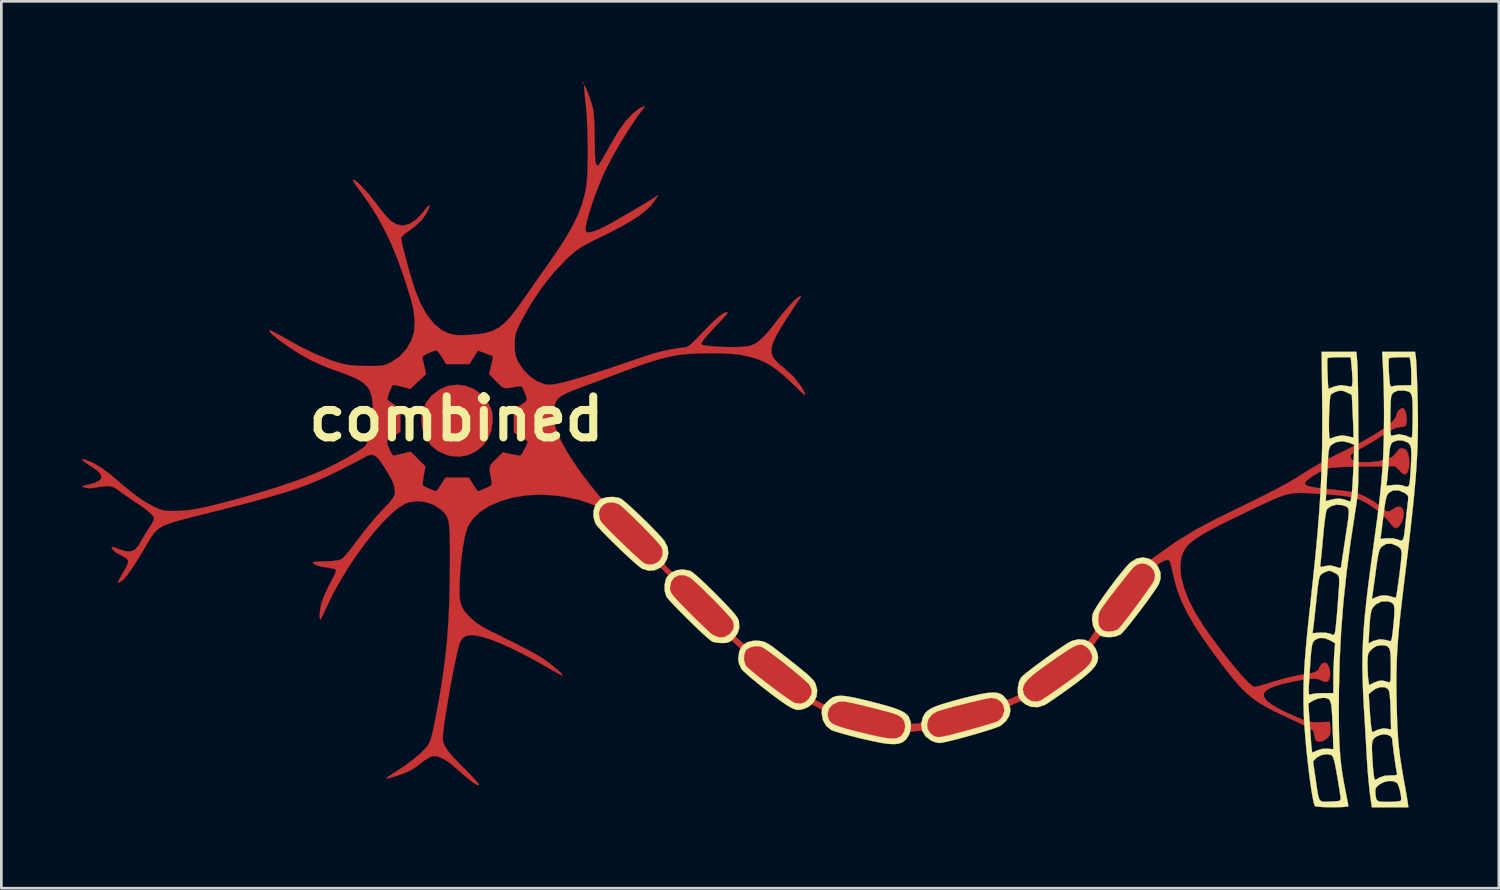
<source format=kicad_pcb>
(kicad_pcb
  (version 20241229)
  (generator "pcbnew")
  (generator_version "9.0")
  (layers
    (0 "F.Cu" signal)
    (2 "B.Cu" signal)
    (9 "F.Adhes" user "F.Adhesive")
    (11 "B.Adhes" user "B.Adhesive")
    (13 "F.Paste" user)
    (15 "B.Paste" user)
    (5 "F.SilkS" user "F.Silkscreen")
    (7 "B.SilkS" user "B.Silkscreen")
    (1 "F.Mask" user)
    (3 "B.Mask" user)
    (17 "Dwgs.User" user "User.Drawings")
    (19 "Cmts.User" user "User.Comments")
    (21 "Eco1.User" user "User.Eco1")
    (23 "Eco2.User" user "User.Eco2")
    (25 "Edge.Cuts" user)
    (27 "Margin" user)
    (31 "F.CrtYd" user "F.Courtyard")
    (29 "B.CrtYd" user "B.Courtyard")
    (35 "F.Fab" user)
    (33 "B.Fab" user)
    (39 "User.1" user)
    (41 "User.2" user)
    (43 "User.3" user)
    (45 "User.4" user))
  (footprint "combined"
    (layer "F.Cu")
    (at 13.9 12.502)
    (property "Reference" "combined" (at 0 0 0) (layer "F.SilkS") (effects (font (size 1.524 1.524) (thickness 0.3))))
    (attr through_hole)
    (fp_poly (pts (xy 4.724 -12.471) (xy 4.699 -12.446) (xy 4.674 -12.471) (xy 4.699 -12.497) (xy 4.724 -12.471)) (stroke (width 0.01) (type solid)) (fill yes) (layer "F.Cu"))
    (fp_poly (pts (xy 0.339 -1.226) (xy 0.649 -1.105) (xy 0.925 -0.903) (xy 1.154 -0.623) (xy 1.194 -0.555) (xy 1.28 -0.382) (xy 1.326 -0.229) (xy 1.342 -0.049) (xy 1.343 0.076) (xy 1.295 0.432) (xy 1.166 0.747) (xy 0.969 1.011) (xy 0.717 1.215) (xy 0.423 1.35) (xy 0.1 1.407) (xy -0.24 1.375) (xy -0.39 1.331) (xy -0.706 1.183) (xy -0.948 0.984) (xy -1.134 0.719) (xy -1.27 0.372) (xy -1.31 0.023) (xy -1.255 -0.317) (xy -1.107 -0.633) (xy -0.922 -0.861) (xy -0.634 -1.084) (xy -0.318 -1.218) (xy 0.012 -1.264) (xy 0.339 -1.226)) (stroke (width 0.01) (type solid)) (fill yes) (layer "F.Cu"))
    (fp_poly (pts (xy 4.772 -12.351) (xy 4.822 -12.247) (xy 4.884 -12.093) (xy 4.95 -11.91) (xy 5.011 -11.723) (xy 5.059 -11.553) (xy 5.074 -11.491) (xy 5.093 -11.347) (xy 5.11 -11.126) (xy 5.123 -10.853) (xy 5.13 -10.551) (xy 5.132 -10.373) (xy 5.135 -10.015) (xy 5.144 -9.748) (xy 5.161 -9.564) (xy 5.187 -9.454) (xy 5.223 -9.408) (xy 5.272 -9.416) (xy 5.273 -9.417) (xy 5.314 -9.471) (xy 5.394 -9.598) (xy 5.502 -9.784) (xy 5.631 -10.011) (xy 5.72 -10.173) (xy 5.997 -10.646) (xy 6.263 -11.022) (xy 6.52 -11.308) (xy 6.773 -11.508) (xy 6.86 -11.558) (xy 6.967 -11.607) (xy 6.993 -11.6) (xy 6.979 -11.578) (xy 6.704 -11.207) (xy 6.409 -10.768) (xy 6.109 -10.286) (xy 5.822 -9.787) (xy 5.563 -9.297) (xy 5.562 -9.294) (xy 5.438 -9.031) (xy 5.311 -8.731) (xy 5.187 -8.411) (xy 5.071 -8.088) (xy 4.968 -7.776) (xy 4.883 -7.493) (xy 4.823 -7.256) (xy 4.792 -7.079) (xy 4.795 -6.981) (xy 4.842 -6.927) (xy 4.933 -6.917) (xy 5.083 -6.954) (xy 5.305 -7.04) (xy 5.334 -7.053) (xy 5.476 -7.121) (xy 5.686 -7.233) (xy 5.947 -7.378) (xy 6.241 -7.546) (xy 6.551 -7.727) (xy 6.857 -7.909) (xy 7.143 -8.084) (xy 7.366 -8.224) (xy 7.493 -8.306) (xy 7.398 -8.153) (xy 7.248 -7.952) (xy 7.051 -7.755) (xy 6.798 -7.554) (xy 6.478 -7.345) (xy 6.083 -7.12) (xy 5.604 -6.873) (xy 5.418 -6.782) (xy 5.102 -6.627) (xy 4.858 -6.503) (xy 4.669 -6.397) (xy 4.514 -6.297) (xy 4.374 -6.191) (xy 4.231 -6.067) (xy 4.087 -5.932) (xy 3.609 -5.431) (xy 3.153 -4.855) (xy 2.738 -4.234) (xy 2.385 -3.595) (xy 2.341 -3.505) (xy 2.246 -3.294) (xy 2.191 -3.127) (xy 2.166 -2.961) (xy 2.16 -2.752) (xy 2.16 -2.743) (xy 2.169 -2.512) (xy 2.199 -2.338) (xy 2.26 -2.178) (xy 2.295 -2.106) (xy 2.484 -1.822) (xy 2.721 -1.581) (xy 2.986 -1.398) (xy 3.26 -1.287) (xy 3.448 -1.261) (xy 3.611 -1.276) (xy 3.851 -1.323) (xy 4.17 -1.404) (xy 4.571 -1.519) (xy 5.057 -1.67) (xy 5.63 -1.856) (xy 6.292 -2.08) (xy 6.943 -2.304) (xy 7.267 -2.407) (xy 7.606 -2.499) (xy 7.931 -2.572) (xy 8.217 -2.622) (xy 8.437 -2.642) (xy 8.449 -2.642) (xy 8.519 -2.651) (xy 8.595 -2.686) (xy 8.691 -2.757) (xy 8.819 -2.875) (xy 8.993 -3.05) (xy 9.165 -3.23) (xy 9.431 -3.504) (xy 9.642 -3.706) (xy 9.808 -3.845) (xy 9.938 -3.927) (xy 10.041 -3.961) (xy 10.067 -3.962) (xy 10.061 -3.929) (xy 9.994 -3.839) (xy 9.878 -3.706) (xy 9.748 -3.569) (xy 9.484 -3.292) (xy 9.291 -3.077) (xy 9.166 -2.919) (xy 9.103 -2.813) (xy 9.093 -2.772) (xy 9.141 -2.742) (xy 9.27 -2.716) (xy 9.462 -2.694) (xy 9.697 -2.676) (xy 9.955 -2.665) (xy 10.217 -2.66) (xy 10.463 -2.664) (xy 10.674 -2.676) (xy 10.792 -2.69) (xy 10.955 -2.729) (xy 11.104 -2.796) (xy 11.254 -2.901) (xy 11.418 -3.056) (xy 11.609 -3.272) (xy 11.839 -3.561) (xy 11.875 -3.607) (xy 12.128 -3.924) (xy 12.352 -4.186) (xy 12.54 -4.383) (xy 12.683 -4.507) (xy 12.724 -4.533) (xy 12.79 -4.565) (xy 12.79 -4.54) (xy 12.743 -4.465) (xy 12.684 -4.375) (xy 12.584 -4.222) (xy 12.457 -4.028) (xy 12.328 -3.831) (xy 12.082 -3.447) (xy 11.897 -3.131) (xy 11.771 -2.872) (xy 11.704 -2.659) (xy 11.694 -2.478) (xy 11.741 -2.32) (xy 11.843 -2.171) (xy 11.998 -2.02) (xy 12.138 -1.907) (xy 12.524 -1.558) (xy 12.815 -1.176) (xy 12.904 -1.016) (xy 12.944 -0.931) (xy 12.958 -0.886) (xy 12.935 -0.886) (xy 12.868 -0.939) (xy 12.748 -1.049) (xy 12.567 -1.223) (xy 12.491 -1.296) (xy 12.18 -1.587) (xy 11.914 -1.81) (xy 11.676 -1.98) (xy 11.447 -2.108) (xy 11.208 -2.208) (xy 11.147 -2.229) (xy 10.863 -2.312) (xy 10.568 -2.372) (xy 10.241 -2.411) (xy 9.858 -2.431) (xy 9.423 -2.437) (xy 9.009 -2.432) (xy 8.641 -2.413) (xy 8.3 -2.378) (xy 7.966 -2.321) (xy 7.621 -2.24) (xy 7.245 -2.129) (xy 6.819 -1.986) (xy 6.323 -1.805) (xy 6.226 -1.768) (xy 5.88 -1.638) (xy 5.494 -1.494) (xy 5.11 -1.35) (xy 4.766 -1.223) (xy 4.676 -1.189) (xy 4.333 -1.058) (xy 4.074 -0.947) (xy 3.888 -0.844) (xy 3.762 -0.738) (xy 3.683 -0.619) (xy 3.639 -0.476) (xy 3.619 -0.297) (xy 3.616 -0.24) (xy 3.611 -0.033) (xy 3.628 0.138) (xy 3.674 0.315) (xy 3.754 0.537) (xy 3.898 0.854) (xy 4.105 1.224) (xy 4.364 1.632) (xy 4.665 2.061) (xy 4.996 2.493) (xy 5.024 2.529) (xy 5.196 2.74) (xy 5.319 2.884) (xy 5.407 2.973) (xy 5.474 3.017) (xy 5.536 3.029) (xy 5.605 3.021) (xy 5.615 3.019) (xy 5.734 3.005) (xy 5.848 3.017) (xy 5.968 3.06) (xy 6.106 3.144) (xy 6.272 3.276) (xy 6.478 3.463) (xy 6.735 3.713) (xy 6.897 3.874) (xy 7.18 4.161) (xy 7.397 4.39) (xy 7.555 4.572) (xy 7.66 4.719) (xy 7.72 4.842) (xy 7.742 4.952) (xy 7.733 5.061) (xy 7.709 5.156) (xy 7.681 5.264) (xy 7.691 5.344) (xy 7.749 5.431) (xy 7.852 5.542) (xy 7.978 5.662) (xy 8.074 5.719) (xy 8.171 5.728) (xy 8.215 5.722) (xy 8.354 5.709) (xy 8.483 5.723) (xy 8.616 5.77) (xy 8.764 5.86) (xy 8.94 6) (xy 9.158 6.198) (xy 9.431 6.462) (xy 9.465 6.495) (xy 9.749 6.778) (xy 9.968 7.003) (xy 10.129 7.181) (xy 10.24 7.324) (xy 10.31 7.443) (xy 10.345 7.552) (xy 10.355 7.66) (xy 10.346 7.781) (xy 10.345 7.792) (xy 10.331 7.944) (xy 10.344 8.042) (xy 10.401 8.124) (xy 10.518 8.227) (xy 10.535 8.242) (xy 10.668 8.347) (xy 10.76 8.394) (xy 10.847 8.396) (xy 10.93 8.374) (xy 11.059 8.347) (xy 11.191 8.353) (xy 11.337 8.397) (xy 11.511 8.485) (xy 11.725 8.625) (xy 11.991 8.821) (xy 12.243 9.017) (xy 12.555 9.265) (xy 12.796 9.462) (xy 12.975 9.617) (xy 13.1 9.741) (xy 13.183 9.845) (xy 13.23 9.938) (xy 13.252 10.032) (xy 13.259 10.136) (xy 13.259 10.16) (xy 13.263 10.309) (xy 13.292 10.398) (xy 13.367 10.464) (xy 13.496 10.533) (xy 13.733 10.653) (xy 13.91 10.534) (xy 14.01 10.475) (xy 14.117 10.438) (xy 14.245 10.423) (xy 14.41 10.432) (xy 14.625 10.465) (xy 14.904 10.523) (xy 15.263 10.608) (xy 15.387 10.639) (xy 15.766 10.734) (xy 16.059 10.814) (xy 16.279 10.883) (xy 16.437 10.947) (xy 16.549 11.011) (xy 16.625 11.081) (xy 16.68 11.161) (xy 16.688 11.177) (xy 16.76 11.281) (xy 16.858 11.323) (xy 16.956 11.328) (xy 17.166 11.314) (xy 17.305 11.267) (xy 17.403 11.172) (xy 17.443 11.106) (xy 17.547 10.966) (xy 17.674 10.857) (xy 17.679 10.854) (xy 17.779 10.811) (xy 17.959 10.751) (xy 18.199 10.678) (xy 18.478 10.598) (xy 18.778 10.516) (xy 19.079 10.437) (xy 19.361 10.367) (xy 19.604 10.311) (xy 19.789 10.274) (xy 19.894 10.262) (xy 20.05 10.294) (xy 20.181 10.363) (xy 20.271 10.429) (xy 20.347 10.456) (xy 20.438 10.444) (xy 20.578 10.394) (xy 20.669 10.356) (xy 20.82 10.287) (xy 20.899 10.226) (xy 20.927 10.151) (xy 20.93 10.097) (xy 20.94 9.963) (xy 20.977 9.841) (xy 21.051 9.718) (xy 21.173 9.585) (xy 21.351 9.43) (xy 21.597 9.242) (xy 21.877 9.04) (xy 22.2 8.812) (xy 22.453 8.638) (xy 22.649 8.509) (xy 22.802 8.42) (xy 22.924 8.364) (xy 23.027 8.332) (xy 23.124 8.32) (xy 23.205 8.319) (xy 23.33 8.315) (xy 23.416 8.284) (xy 23.495 8.207) (xy 23.594 8.067) (xy 23.691 7.912) (xy 23.738 7.793) (xy 23.748 7.664) (xy 23.738 7.544) (xy 23.737 7.291) (xy 23.784 7.13) (xy 23.856 7.012) (xy 23.976 6.838) (xy 24.132 6.626) (xy 24.311 6.391) (xy 24.501 6.148) (xy 24.69 5.913) (xy 24.865 5.703) (xy 25.013 5.532) (xy 25.122 5.417) (xy 25.169 5.378) (xy 25.326 5.315) (xy 25.506 5.284) (xy 25.531 5.283) (xy 25.651 5.272) (xy 25.768 5.231) (xy 25.908 5.147) (xy 26.09 5.013) (xy 26.73 4.56) (xy 27.446 4.122) (xy 28.21 3.716) (xy 28.296 3.674) (xy 28.858 3.4) (xy 29.338 3.165) (xy 29.746 2.964) (xy 30.09 2.791) (xy 30.381 2.642) (xy 30.627 2.513) (xy 30.839 2.397) (xy 31.026 2.29) (xy 31.197 2.187) (xy 31.362 2.083) (xy 31.445 2.029) (xy 31.741 1.846) (xy 32.076 1.65) (xy 32.412 1.466) (xy 32.706 1.317) (xy 32.709 1.316) (xy 33.237 1.056) (xy 33.702 0.81) (xy 34.098 0.581) (xy 34.421 0.373) (xy 34.665 0.188) (xy 34.825 0.031) (xy 34.896 -0.096) (xy 34.9 -0.123) (xy 34.936 -0.242) (xy 35.022 -0.349) (xy 35.124 -0.405) (xy 35.141 -0.406) (xy 35.198 -0.361) (xy 35.248 -0.246) (xy 35.282 -0.095) (xy 35.291 0.06) (xy 35.283 0.13) (xy 35.252 0.246) (xy 35.194 0.294) (xy 35.074 0.305) (xy 35.061 0.305) (xy 34.949 0.319) (xy 34.816 0.368) (xy 34.643 0.461) (xy 34.411 0.607) (xy 34.39 0.62) (xy 34.15 0.772) (xy 33.895 0.925) (xy 33.665 1.056) (xy 33.553 1.115) (xy 33.355 1.224) (xy 33.241 1.31) (xy 33.199 1.383) (xy 33.198 1.395) (xy 33.233 1.5) (xy 33.342 1.57) (xy 33.533 1.606) (xy 33.812 1.612) (xy 33.917 1.608) (xy 34.285 1.568) (xy 34.577 1.494) (xy 34.786 1.388) (xy 34.905 1.253) (xy 34.907 1.249) (xy 35.004 1.121) (xy 35.125 1.085) (xy 35.252 1.144) (xy 35.27 1.161) (xy 35.337 1.283) (xy 35.376 1.464) (xy 35.386 1.666) (xy 35.365 1.854) (xy 35.313 1.992) (xy 35.294 2.015) (xy 35.236 2.063) (xy 35.181 2.062) (xy 35.102 2.002) (xy 35.029 1.933) (xy 34.852 1.762) (xy 33.695 1.772) (xy 33.274 1.777) (xy 32.942 1.786) (xy 32.687 1.8) (xy 32.499 1.818) (xy 32.363 1.842) (xy 32.309 1.857) (xy 32.16 1.921) (xy 31.983 2.016) (xy 31.804 2.126) (xy 31.649 2.236) (xy 31.542 2.328) (xy 31.509 2.374) (xy 31.519 2.432) (xy 31.596 2.482) (xy 31.749 2.526) (xy 31.984 2.566) (xy 32.31 2.604) (xy 32.454 2.618) (xy 32.743 2.649) (xy 33.019 2.685) (xy 33.255 2.722) (xy 33.424 2.757) (xy 33.456 2.766) (xy 33.655 2.845) (xy 33.886 2.965) (xy 34.115 3.106) (xy 34.308 3.248) (xy 34.412 3.345) (xy 34.525 3.436) (xy 34.64 3.439) (xy 34.782 3.354) (xy 34.784 3.353) (xy 34.94 3.265) (xy 35.063 3.269) (xy 35.148 3.365) (xy 35.156 3.384) (xy 35.178 3.539) (xy 35.149 3.714) (xy 35.082 3.879) (xy 34.989 4.005) (xy 34.883 4.063) (xy 34.867 4.064) (xy 34.801 4.025) (xy 34.711 3.925) (xy 34.663 3.858) (xy 34.561 3.735) (xy 34.402 3.58) (xy 34.215 3.419) (xy 34.128 3.352) (xy 33.926 3.207) (xy 33.737 3.092) (xy 33.544 3.003) (xy 33.331 2.935) (xy 33.08 2.883) (xy 32.774 2.843) (xy 32.396 2.811) (xy 32.07 2.789) (xy 31.764 2.769) (xy 31.513 2.756) (xy 31.301 2.752) (xy 31.113 2.761) (xy 30.936 2.786) (xy 30.753 2.833) (xy 30.551 2.904) (xy 30.314 3.002) (xy 30.028 3.132) (xy 29.678 3.298) (xy 29.286 3.485) (xy 28.765 3.736) (xy 28.329 3.952) (xy 27.97 4.14) (xy 27.679 4.306) (xy 27.449 4.454) (xy 27.272 4.591) (xy 27.138 4.723) (xy 27.041 4.856) (xy 26.97 4.994) (xy 26.92 5.145) (xy 26.918 5.151) (xy 26.876 5.481) (xy 26.911 5.863) (xy 27.02 6.288) (xy 27.2 6.746) (xy 27.447 7.227) (xy 27.759 7.722) (xy 27.776 7.747) (xy 28.025 8.098) (xy 28.282 8.445) (xy 28.539 8.779) (xy 28.788 9.09) (xy 29.021 9.368) (xy 29.229 9.604) (xy 29.404 9.787) (xy 29.538 9.908) (xy 29.623 9.956) (xy 29.629 9.957) (xy 29.716 9.942) (xy 29.877 9.9) (xy 30.09 9.839) (xy 30.331 9.764) (xy 30.349 9.759) (xy 30.638 9.673) (xy 30.946 9.594) (xy 31.233 9.531) (xy 31.42 9.499) (xy 31.671 9.46) (xy 31.841 9.42) (xy 31.949 9.368) (xy 32.017 9.296) (xy 32.059 9.208) (xy 32.139 9.091) (xy 32.243 9.053) (xy 32.33 9.089) (xy 32.394 9.193) (xy 32.436 9.354) (xy 32.446 9.527) (xy 32.433 9.62) (xy 32.368 9.744) (xy 32.262 9.776) (xy 32.123 9.718) (xy 32.023 9.671) (xy 31.894 9.649) (xy 31.719 9.653) (xy 31.481 9.682) (xy 31.166 9.738) (xy 31.09 9.753) (xy 30.673 9.845) (xy 30.356 9.942) (xy 30.136 10.043) (xy 30.009 10.152) (xy 29.974 10.269) (xy 30.028 10.397) (xy 30.111 10.488) (xy 30.272 10.609) (xy 30.511 10.751) (xy 30.806 10.902) (xy 31.138 11.052) (xy 31.315 11.124) (xy 31.541 11.208) (xy 31.718 11.254) (xy 31.89 11.271) (xy 32.077 11.268) (xy 32.436 11.252) (xy 32.451 11.493) (xy 32.451 11.658) (xy 32.415 11.769) (xy 32.339 11.861) (xy 32.178 11.966) (xy 32.058 11.989) (xy 31.966 11.98) (xy 31.909 11.94) (xy 31.873 11.845) (xy 31.843 11.673) (xy 31.841 11.659) (xy 31.831 11.621) (xy 31.806 11.583) (xy 31.756 11.541) (xy 31.67 11.487) (xy 31.536 11.415) (xy 31.344 11.321) (xy 31.084 11.197) (xy 30.745 11.037) (xy 30.667 11.001) (xy 30.329 10.838) (xy 30.037 10.684) (xy 29.78 10.53) (xy 29.547 10.363) (xy 29.325 10.174) (xy 29.103 9.952) (xy 28.869 9.686) (xy 28.612 9.366) (xy 28.32 8.98) (xy 28.048 8.611) (xy 27.675 8.082) (xy 27.368 7.61) (xy 27.12 7.178) (xy 26.925 6.772) (xy 26.775 6.38) (xy 26.661 5.986) (xy 26.64 5.894) (xy 26.586 5.662) (xy 26.539 5.466) (xy 26.504 5.329) (xy 26.485 5.271) (xy 26.406 5.234) (xy 26.27 5.272) (xy 26.137 5.347) (xy 26.035 5.419) (xy 25.987 5.486) (xy 25.979 5.586) (xy 25.992 5.725) (xy 26.001 5.836) (xy 25.995 5.938) (xy 25.967 6.045) (xy 25.911 6.167) (xy 25.82 6.318) (xy 25.687 6.51) (xy 25.505 6.756) (xy 25.268 7.067) (xy 25.237 7.107) (xy 25.008 7.402) (xy 24.826 7.625) (xy 24.681 7.785) (xy 24.56 7.891) (xy 24.452 7.955) (xy 24.345 7.986) (xy 24.229 7.993) (xy 24.19 7.992) (xy 24.057 7.991) (xy 23.966 8.015) (xy 23.887 8.081) (xy 23.788 8.208) (xy 23.764 8.24) (xy 23.658 8.398) (xy 23.613 8.504) (xy 23.619 8.579) (xy 23.624 8.589) (xy 23.669 8.763) (xy 23.655 8.968) (xy 23.585 9.158) (xy 23.578 9.169) (xy 23.508 9.245) (xy 23.37 9.366) (xy 23.178 9.52) (xy 22.95 9.695) (xy 22.701 9.881) (xy 22.446 10.065) (xy 22.202 10.236) (xy 21.984 10.381) (xy 21.809 10.49) (xy 21.728 10.534) (xy 21.606 10.59) (xy 21.513 10.608) (xy 21.405 10.59) (xy 21.265 10.545) (xy 21.118 10.498) (xy 21.015 10.483) (xy 20.912 10.502) (xy 20.771 10.559) (xy 20.712 10.585) (xy 20.551 10.661) (xy 20.464 10.722) (xy 20.428 10.791) (xy 20.422 10.868) (xy 20.376 11.039) (xy 20.28 11.18) (xy 20.222 11.238) (xy 20.148 11.289) (xy 20.044 11.339) (xy 19.897 11.394) (xy 19.69 11.459) (xy 19.411 11.54) (xy 19.15 11.613) (xy 18.735 11.725) (xy 18.405 11.806) (xy 18.146 11.858) (xy 17.947 11.881) (xy 17.793 11.876) (xy 17.674 11.843) (xy 17.576 11.785) (xy 17.512 11.729) (xy 17.415 11.639) (xy 17.328 11.596) (xy 17.214 11.586) (xy 17.058 11.597) (xy 16.87 11.623) (xy 16.744 11.671) (xy 16.638 11.758) (xy 16.619 11.778) (xy 16.426 11.927) (xy 16.203 11.985) (xy 16.04 11.978) (xy 15.892 11.951) (xy 15.679 11.906) (xy 15.42 11.845) (xy 15.135 11.775) (xy 14.843 11.701) (xy 14.563 11.627) (xy 14.315 11.558) (xy 14.119 11.5) (xy 13.993 11.457) (xy 13.964 11.443) (xy 13.814 11.313) (xy 13.706 11.138) (xy 13.665 10.965) (xy 13.643 10.884) (xy 13.565 10.806) (xy 13.412 10.714) (xy 13.384 10.699) (xy 13.218 10.618) (xy 13.108 10.585) (xy 13.022 10.592) (xy 12.975 10.61) (xy 12.771 10.662) (xy 12.557 10.653) (xy 12.43 10.61) (xy 12.33 10.546) (xy 12.169 10.43) (xy 11.965 10.277) (xy 11.732 10.098) (xy 11.489 9.906) (xy 11.251 9.716) (xy 11.035 9.539) (xy 10.857 9.388) (xy 10.734 9.278) (xy 10.692 9.235) (xy 10.606 9.114) (xy 10.573 8.997) (xy 10.579 8.832) (xy 10.586 8.69) (xy 10.565 8.591) (xy 10.499 8.495) (xy 10.391 8.385) (xy 10.266 8.268) (xy 10.173 8.211) (xy 10.075 8.197) (xy 9.95 8.209) (xy 9.729 8.213) (xy 9.563 8.16) (xy 9.47 8.094) (xy 9.322 7.971) (xy 9.134 7.802) (xy 8.92 7.603) (xy 8.694 7.388) (xy 8.471 7.17) (xy 8.266 6.963) (xy 8.092 6.781) (xy 7.964 6.638) (xy 7.897 6.549) (xy 7.896 6.546) (xy 7.834 6.345) (xy 7.833 6.132) (xy 7.879 5.984) (xy 7.901 5.916) (xy 7.879 5.845) (xy 7.801 5.748) (xy 7.714 5.658) (xy 7.587 5.536) (xy 7.5 5.476) (xy 7.421 5.463) (xy 7.322 5.485) (xy 7.319 5.485) (xy 7.203 5.505) (xy 7.085 5.493) (xy 6.954 5.442) (xy 6.8 5.345) (xy 6.614 5.196) (xy 6.385 4.987) (xy 6.103 4.711) (xy 5.969 4.577) (xy 5.207 3.809) (xy 5.207 3.253) (xy 4.978 3.155) (xy 4.53 3.002) (xy 3.989 2.89) (xy 3.626 2.843) (xy 3.089 2.815) (xy 2.569 2.844) (xy 2.078 2.927) (xy 1.626 3.058) (xy 1.224 3.233) (xy 0.884 3.449) (xy 0.616 3.7) (xy 0.431 3.984) (xy 0.388 4.091) (xy 0.308 4.385) (xy 0.238 4.763) (xy 0.181 5.208) (xy 0.138 5.703) (xy 0.124 5.944) (xy 0.111 6.299) (xy 0.114 6.574) (xy 0.139 6.788) (xy 0.192 6.96) (xy 0.277 7.112) (xy 0.4 7.262) (xy 0.501 7.368) (xy 0.611 7.471) (xy 0.726 7.565) (xy 0.861 7.658) (xy 1.033 7.76) (xy 1.256 7.879) (xy 1.545 8.024) (xy 1.805 8.152) (xy 2.125 8.311) (xy 2.436 8.47) (xy 2.718 8.618) (xy 2.952 8.746) (xy 3.119 8.844) (xy 3.149 8.863) (xy 3.327 8.985) (xy 3.509 9.122) (xy 3.679 9.26) (xy 3.82 9.383) (xy 3.916 9.478) (xy 3.948 9.53) (xy 3.946 9.533) (xy 3.897 9.517) (xy 3.779 9.457) (xy 3.609 9.364) (xy 3.404 9.246) (xy 3.398 9.242) (xy 2.946 8.984) (xy 2.489 8.741) (xy 2.047 8.523) (xy 1.642 8.34) (xy 1.294 8.202) (xy 1.221 8.177) (xy 0.873 8.075) (xy 0.6 8.032) (xy 0.394 8.05) (xy 0.244 8.129) (xy 0.142 8.272) (xy 0.097 8.397) (xy 0.035 8.648) (xy -0.035 8.963) (xy -0.109 9.324) (xy -0.185 9.716) (xy -0.259 10.121) (xy -0.329 10.522) (xy -0.392 10.902) (xy -0.443 11.244) (xy -0.482 11.531) (xy -0.504 11.747) (xy -0.508 11.838) (xy -0.498 11.966) (xy -0.462 12.091) (xy -0.392 12.226) (xy -0.278 12.383) (xy -0.114 12.572) (xy 0.11 12.808) (xy 0.367 13.064) (xy 0.599 13.3) (xy 0.754 13.47) (xy 0.832 13.574) (xy 0.832 13.614) (xy 0.754 13.588) (xy 0.635 13.519) (xy 0.533 13.445) (xy 0.382 13.321) (xy 0.203 13.166) (xy 0.081 13.056) (xy -0.227 12.795) (xy -0.488 12.622) (xy -0.708 12.532) (xy -0.89 12.525) (xy -0.9 12.527) (xy -1.018 12.578) (xy -1.171 12.672) (xy -1.27 12.747) (xy -1.434 12.874) (xy -1.6 12.991) (xy -1.676 13.041) (xy -1.801 13.102) (xy -1.98 13.174) (xy -2.183 13.247) (xy -2.378 13.309) (xy -2.534 13.35) (xy -2.607 13.36) (xy -2.592 13.336) (xy -2.505 13.271) (xy -2.363 13.176) (xy -2.258 13.11) (xy -1.906 12.877) (xy -1.584 12.636) (xy -1.313 12.403) (xy -1.113 12.195) (xy -1.101 12.18) (xy -1.042 12.097) (xy -0.991 11.999) (xy -0.945 11.87) (xy -0.898 11.692) (xy -0.844 11.447) (xy -0.782 11.14) (xy -0.636 10.362) (xy -0.517 9.638) (xy -0.422 8.944) (xy -0.35 8.257) (xy -0.299 7.553) (xy -0.265 6.807) (xy -0.246 5.997) (xy -0.242 5.537) (xy -0.24 5.052) (xy -0.241 4.657) (xy -0.246 4.342) (xy -0.258 4.094) (xy -0.277 3.902) (xy -0.306 3.755) (xy -0.346 3.642) (xy -0.4 3.551) (xy -0.467 3.471) (xy -0.551 3.391) (xy -0.559 3.384) (xy -0.826 3.204) (xy -1.134 3.093) (xy -1.458 3.057) (xy -1.769 3.1) (xy -1.925 3.159) (xy -2.166 3.311) (xy -2.441 3.543) (xy -2.74 3.844) (xy -3.055 4.203) (xy -3.378 4.607) (xy -3.699 5.047) (xy -4.01 5.509) (xy -4.301 5.982) (xy -4.565 6.455) (xy -4.791 6.917) (xy -4.803 6.942) (xy -4.896 7.145) (xy -4.975 7.312) (xy -5.031 7.422) (xy -5.05 7.455) (xy -5.068 7.428) (xy -5.078 7.326) (xy -5.08 7.255) (xy -5.043 6.965) (xy -4.933 6.619) (xy -4.756 6.229) (xy -4.652 6.035) (xy -4.54 5.826) (xy -4.483 5.689) (xy -4.476 5.613) (xy -4.488 5.596) (xy -4.567 5.565) (xy -4.713 5.534) (xy -4.865 5.512) (xy -5.051 5.48) (xy -5.208 5.433) (xy -5.286 5.392) (xy -5.328 5.354) (xy -5.327 5.329) (xy -5.27 5.314) (xy -5.142 5.305) (xy -4.928 5.3) (xy -4.905 5.299) (xy -4.665 5.288) (xy -4.458 5.265) (xy -4.313 5.234) (xy -4.283 5.223) (xy -4.201 5.156) (xy -4.077 5.021) (xy -3.922 4.832) (xy -3.752 4.606) (xy -3.711 4.55) (xy -3.501 4.269) (xy -3.253 3.96) (xy -3 3.661) (xy -2.782 3.421) (xy -2.585 3.212) (xy -2.448 3.06) (xy -2.361 2.947) (xy -2.312 2.859) (xy -2.291 2.779) (xy -2.286 2.692) (xy -2.303 2.538) (xy -2.357 2.365) (xy -2.458 2.157) (xy -2.612 1.898) (xy -2.73 1.714) (xy -2.883 1.503) (xy -3.014 1.378) (xy -3.141 1.332) (xy -3.278 1.358) (xy -3.396 1.419) (xy -3.503 1.478) (xy -3.682 1.572) (xy -3.912 1.692) (xy -4.176 1.825) (xy -4.381 1.928) (xy -4.688 2.078) (xy -4.981 2.213) (xy -5.271 2.339) (xy -5.568 2.458) (xy -5.883 2.573) (xy -6.226 2.687) (xy -6.607 2.805) (xy -7.037 2.929) (xy -7.526 3.063) (xy -8.085 3.21) (xy -8.723 3.373) (xy -9.347 3.53) (xy -9.806 3.645) (xy -10.179 3.741) (xy -10.478 3.825) (xy -10.713 3.903) (xy -10.899 3.982) (xy -11.045 4.068) (xy -11.164 4.17) (xy -11.269 4.292) (xy -11.37 4.442) (xy -11.48 4.626) (xy -11.567 4.775) (xy -11.816 5.193) (xy -12.031 5.531) (xy -12.211 5.786) (xy -12.353 5.955) (xy -12.428 6.02) (xy -12.523 6.074) (xy -12.573 6.088) (xy -12.573 6.087) (xy -12.557 6.039) (xy -12.5 5.926) (xy -12.413 5.772) (xy -12.394 5.74) (xy -12.27 5.524) (xy -12.203 5.373) (xy -12.192 5.269) (xy -12.24 5.192) (xy -12.348 5.122) (xy -12.436 5.078) (xy -12.653 4.957) (xy -12.772 4.846) (xy -12.801 4.764) (xy -12.76 4.761) (xy -12.654 4.794) (xy -12.569 4.828) (xy -12.307 4.917) (xy -12.102 4.929) (xy -11.94 4.862) (xy -11.807 4.711) (xy -11.761 4.629) (xy -11.666 4.461) (xy -11.542 4.257) (xy -11.433 4.089) (xy -11.331 3.928) (xy -11.258 3.792) (xy -11.227 3.708) (xy -11.227 3.705) (xy -11.26 3.618) (xy -11.365 3.502) (xy -11.547 3.353) (xy -11.812 3.164) (xy -11.913 3.097) (xy -12.122 2.956) (xy -12.328 2.812) (xy -12.497 2.692) (xy -12.542 2.658) (xy -12.693 2.558) (xy -12.837 2.505) (xy -13.004 2.494) (xy -13.222 2.521) (xy -13.359 2.548) (xy -13.6 2.58) (xy -13.778 2.56) (xy -13.794 2.555) (xy -13.873 2.526) (xy -13.887 2.504) (xy -13.826 2.481) (xy -13.678 2.448) (xy -13.654 2.442) (xy -13.394 2.369) (xy -13.234 2.278) (xy -13.174 2.171) (xy -13.215 2.048) (xy -13.356 1.909) (xy -13.509 1.806) (xy -13.669 1.703) (xy -13.799 1.611) (xy -13.866 1.552) (xy -13.895 1.505) (xy -13.855 1.501) (xy -13.773 1.522) (xy -13.495 1.636) (xy -13.18 1.823) (xy -12.843 2.075) (xy -12.717 2.182) (xy -12.35 2.497) (xy -12.039 2.748) (xy -11.769 2.948) (xy -11.526 3.106) (xy -11.295 3.232) (xy -11.278 3.241) (xy -11.091 3.33) (xy -10.946 3.385) (xy -10.807 3.414) (xy -10.636 3.425) (xy -10.414 3.425) (xy -9.987 3.399) (xy -9.524 3.324) (xy -9.33 3.282) (xy -8.683 3.124) (xy -8.023 2.948) (xy -7.367 2.76) (xy -6.735 2.565) (xy -6.145 2.369) (xy -5.614 2.177) (xy -5.162 1.996) (xy -5.086 1.963) (xy -4.783 1.823) (xy -4.469 1.667) (xy -4.162 1.503) (xy -3.881 1.343) (xy -3.643 1.198) (xy -3.468 1.076) (xy -3.395 1.015) (xy -3.279 0.844) (xy -2.59 0.844) (xy -2.571 0.926) (xy -2.523 1.052) (xy -2.461 1.189) (xy -2.4 1.305) (xy -2.355 1.367) (xy -2.347 1.37) (xy -2.282 1.358) (xy -2.15 1.328) (xy -2.007 1.295) (xy -1.702 1.222) (xy -1.425 1.497) (xy -1.149 1.773) (xy -1.215 2.108) (xy -1.244 2.283) (xy -1.255 2.416) (xy -1.246 2.479) (xy -1.183 2.516) (xy -1.063 2.572) (xy -0.926 2.631) (xy -0.809 2.675) (xy -0.757 2.69) (xy -0.716 2.652) (xy -0.641 2.55) (xy -0.568 2.438) (xy -0.411 2.184) (xy 0.461 2.184) (xy 0.619 2.438) (xy 0.707 2.574) (xy 0.773 2.666) (xy 0.798 2.692) (xy 0.853 2.674) (xy 0.971 2.627) (xy 1.075 2.582) (xy 1.221 2.516) (xy 1.294 2.463) (xy 1.313 2.396) (xy 1.298 2.29) (xy 1.256 2.057) (xy 1.235 1.897) (xy 1.243 1.786) (xy 1.283 1.698) (xy 1.362 1.606) (xy 1.469 1.501) (xy 1.726 1.249) (xy 2.022 1.311) (xy 2.19 1.343) (xy 2.319 1.366) (xy 2.372 1.372) (xy 2.413 1.33) (xy 2.477 1.226) (xy 2.547 1.093) (xy 2.607 0.961) (xy 2.64 0.864) (xy 2.642 0.846) (xy 2.602 0.808) (xy 2.499 0.736) (xy 2.388 0.665) (xy 2.134 0.509) (xy 2.134 -0.357) (xy 2.389 -0.514) (xy 2.523 -0.6) (xy 2.596 -0.67) (xy 2.612 -0.753) (xy 2.578 -0.876) (xy 2.505 -1.056) (xy 2.448 -1.17) (xy 2.384 -1.211) (xy 2.271 -1.202) (xy 2.257 -1.2) (xy 2.032 -1.159) (xy 1.88 -1.138) (xy 1.776 -1.145) (xy 1.692 -1.184) (xy 1.603 -1.263) (xy 1.484 -1.384) (xy 1.216 -1.657) (xy 1.292 -1.982) (xy 1.329 -2.149) (xy 1.352 -2.27) (xy 1.357 -2.318) (xy 1.303 -2.345) (xy 1.19 -2.391) (xy 1.051 -2.444) (xy 0.916 -2.492) (xy 0.819 -2.524) (xy 0.79 -2.529) (xy 0.76 -2.482) (xy 0.694 -2.374) (xy 0.632 -2.273) (xy 0.483 -2.032) (xy -0.385 -2.032) (xy -0.536 -2.285) (xy -0.626 -2.422) (xy -0.705 -2.514) (xy -0.745 -2.539) (xy -0.831 -2.52) (xy -0.96 -2.473) (xy -1.097 -2.412) (xy -1.21 -2.351) (xy -1.266 -2.306) (xy -1.268 -2.301) (xy -1.256 -2.233) (xy -1.227 -2.099) (xy -1.194 -1.958) (xy -1.158 -1.799) (xy -1.136 -1.689) (xy -1.134 -1.653) (xy -1.173 -1.62) (xy -1.267 -1.533) (xy -1.398 -1.41) (xy -1.429 -1.381) (xy -1.712 -1.111) (xy -2.03 -1.193) (xy -2.195 -1.233) (xy -2.316 -1.257) (xy -2.365 -1.259) (xy -2.406 -1.19) (xy -2.459 -1.066) (xy -2.513 -0.924) (xy -2.553 -0.796) (xy -2.567 -0.719) (xy -2.565 -0.711) (xy -2.511 -0.662) (xy -2.398 -0.582) (xy -2.311 -0.525) (xy -2.083 -0.381) (xy -2.083 0.053) (xy -2.083 0.487) (xy -2.336 0.637) (xy -2.473 0.728) (xy -2.565 0.806) (xy -2.59 0.844) (xy -3.279 0.844) (xy -3.255 0.808) (xy -3.159 0.513) (xy -3.108 0.127) (xy -3.099 -0.174) (xy -3.107 -0.516) (xy -3.138 -0.792) (xy -3.202 -1.014) (xy -3.31 -1.196) (xy -3.473 -1.349) (xy -3.701 -1.486) (xy -4.006 -1.619) (xy -4.396 -1.762) (xy -4.463 -1.785) (xy -4.741 -1.887) (xy -5.027 -2.003) (xy -5.284 -2.117) (xy -5.436 -2.192) (xy -5.706 -2.344) (xy -5.978 -2.51) (xy -6.24 -2.681) (xy -6.478 -2.847) (xy -6.68 -3) (xy -6.834 -3.13) (xy -6.926 -3.227) (xy -6.944 -3.284) (xy -6.942 -3.286) (xy -6.89 -3.273) (xy -6.768 -3.216) (xy -6.596 -3.125) (xy -6.392 -3.008) (xy -6.39 -3.007) (xy -5.788 -2.672) (xy -5.22 -2.396) (xy -4.699 -2.186) (xy -4.445 -2.102) (xy -4.216 -2.04) (xy -4.011 -1.999) (xy -3.793 -1.975) (xy -3.528 -1.964) (xy -3.353 -1.961) (xy -3.083 -1.96) (xy -2.89 -1.966) (xy -2.748 -1.981) (xy -2.632 -2.009) (xy -2.517 -2.055) (xy -2.426 -2.099) (xy -2.11 -2.311) (xy -1.846 -2.607) (xy -1.665 -2.925) (xy -1.571 -3.245) (xy -1.548 -3.626) (xy -1.596 -4.059) (xy -1.697 -4.47) (xy -1.933 -5.218) (xy -2.169 -5.88) (xy -2.411 -6.475) (xy -2.668 -7.018) (xy -2.947 -7.527) (xy -3.258 -8.017) (xy -3.606 -8.505) (xy -3.642 -8.552) (xy -3.748 -8.698) (xy -3.822 -8.811) (xy -3.848 -8.868) (xy -3.847 -8.87) (xy -3.789 -8.861) (xy -3.682 -8.783) (xy -3.539 -8.649) (xy -3.371 -8.47) (xy -3.19 -8.26) (xy -3.01 -8.03) (xy -3.004 -8.023) (xy -2.839 -7.808) (xy -2.68 -7.611) (xy -2.544 -7.454) (xy -2.448 -7.357) (xy -2.444 -7.353) (xy -2.215 -7.215) (xy -1.979 -7.177) (xy -1.738 -7.239) (xy -1.492 -7.401) (xy -1.245 -7.662) (xy -1.199 -7.722) (xy -1.079 -7.871) (xy -1.01 -7.934) (xy -0.994 -7.912) (xy -1.032 -7.804) (xy -1.12 -7.62) (xy -1.287 -7.384) (xy -1.55 -7.14) (xy -1.785 -6.969) (xy -1.921 -6.867) (xy -2.02 -6.774) (xy -2.051 -6.731) (xy -2.047 -6.659) (xy -2.018 -6.507) (xy -1.968 -6.293) (xy -1.903 -6.035) (xy -1.827 -5.751) (xy -1.744 -5.457) (xy -1.66 -5.171) (xy -1.579 -4.912) (xy -1.533 -4.775) (xy -1.333 -4.281) (xy -1.103 -3.869) (xy -0.849 -3.542) (xy -0.572 -3.306) (xy -0.308 -3.176) (xy -0.149 -3.132) (xy 0.014 -3.108) (xy 0.213 -3.104) (xy 0.479 -3.115) (xy 0.824 -3.144) (xy 1.113 -3.193) (xy 1.36 -3.272) (xy 1.582 -3.391) (xy 1.792 -3.559) (xy 2.007 -3.788) (xy 2.241 -4.087) (xy 2.486 -4.431) (xy 2.695 -4.73) (xy 2.931 -5.068) (xy 3.168 -5.404) (xy 3.378 -5.701) (xy 3.406 -5.74) (xy 3.771 -6.27) (xy 4.072 -6.74) (xy 4.315 -7.164) (xy 4.505 -7.554) (xy 4.65 -7.924) (xy 4.755 -8.287) (xy 4.825 -8.636) (xy 4.85 -8.868) (xy 4.868 -9.181) (xy 4.877 -9.552) (xy 4.88 -9.961) (xy 4.875 -10.386) (xy 4.862 -10.807) (xy 4.843 -11.203) (xy 4.817 -11.551) (xy 4.801 -11.705) (xy 4.773 -11.951) (xy 4.753 -12.158) (xy 4.742 -12.306) (xy 4.742 -12.377) (xy 4.743 -12.38) (xy 4.772 -12.351)) (stroke (width 0.01) (type solid)) (fill yes) (layer "F.Cu"))
    (fp_poly (pts (xy 4.724 -12.471) (xy 4.699 -12.446) (xy 4.674 -12.471) (xy 4.699 -12.497) (xy 4.724 -12.471)) (stroke (width 0.01) (type solid)) (fill yes) (layer "F.Mask"))
    (fp_poly (pts (xy 0.339 -1.226) (xy 0.649 -1.105) (xy 0.925 -0.903) (xy 1.154 -0.623) (xy 1.194 -0.555) (xy 1.28 -0.382) (xy 1.326 -0.229) (xy 1.342 -0.049) (xy 1.343 0.076) (xy 1.295 0.432) (xy 1.166 0.747) (xy 0.969 1.011) (xy 0.717 1.215) (xy 0.423 1.35) (xy 0.1 1.407) (xy -0.24 1.375) (xy -0.39 1.331) (xy -0.706 1.183) (xy -0.948 0.984) (xy -1.134 0.719) (xy -1.27 0.372) (xy -1.31 0.023) (xy -1.255 -0.317) (xy -1.107 -0.633) (xy -0.922 -0.861) (xy -0.634 -1.084) (xy -0.318 -1.218) (xy 0.012 -1.264) (xy 0.339 -1.226)) (stroke (width 0.01) (type solid)) (fill yes) (layer "F.Mask"))
    (fp_poly (pts (xy 4.772 -12.351) (xy 4.822 -12.247) (xy 4.884 -12.093) (xy 4.95 -11.91) (xy 5.011 -11.723) (xy 5.059 -11.553) (xy 5.074 -11.491) (xy 5.093 -11.347) (xy 5.11 -11.126) (xy 5.123 -10.853) (xy 5.13 -10.551) (xy 5.132 -10.373) (xy 5.135 -10.015) (xy 5.144 -9.748) (xy 5.161 -9.564) (xy 5.187 -9.454) (xy 5.223 -9.408) (xy 5.272 -9.416) (xy 5.273 -9.417) (xy 5.314 -9.471) (xy 5.394 -9.598) (xy 5.502 -9.784) (xy 5.631 -10.011) (xy 5.72 -10.173) (xy 5.997 -10.646) (xy 6.263 -11.022) (xy 6.52 -11.308) (xy 6.773 -11.508) (xy 6.86 -11.558) (xy 6.967 -11.607) (xy 6.993 -11.6) (xy 6.979 -11.578) (xy 6.704 -11.207) (xy 6.409 -10.768) (xy 6.109 -10.286) (xy 5.822 -9.787) (xy 5.563 -9.297) (xy 5.562 -9.294) (xy 5.438 -9.031) (xy 5.311 -8.731) (xy 5.187 -8.411) (xy 5.071 -8.088) (xy 4.968 -7.776) (xy 4.883 -7.493) (xy 4.823 -7.256) (xy 4.792 -7.079) (xy 4.795 -6.981) (xy 4.842 -6.927) (xy 4.933 -6.917) (xy 5.083 -6.954) (xy 5.305 -7.04) (xy 5.334 -7.053) (xy 5.476 -7.121) (xy 5.686 -7.233) (xy 5.947 -7.378) (xy 6.241 -7.546) (xy 6.551 -7.727) (xy 6.857 -7.909) (xy 7.143 -8.084) (xy 7.366 -8.224) (xy 7.493 -8.306) (xy 7.398 -8.153) (xy 7.248 -7.952) (xy 7.051 -7.755) (xy 6.798 -7.554) (xy 6.478 -7.345) (xy 6.083 -7.12) (xy 5.604 -6.873) (xy 5.418 -6.782) (xy 5.102 -6.627) (xy 4.858 -6.503) (xy 4.669 -6.397) (xy 4.514 -6.297) (xy 4.374 -6.191) (xy 4.231 -6.067) (xy 4.087 -5.932) (xy 3.609 -5.431) (xy 3.153 -4.855) (xy 2.738 -4.234) (xy 2.385 -3.595) (xy 2.341 -3.505) (xy 2.246 -3.294) (xy 2.191 -3.127) (xy 2.166 -2.961) (xy 2.16 -2.752) (xy 2.16 -2.743) (xy 2.169 -2.512) (xy 2.199 -2.338) (xy 2.26 -2.178) (xy 2.295 -2.106) (xy 2.484 -1.822) (xy 2.721 -1.581) (xy 2.986 -1.398) (xy 3.26 -1.287) (xy 3.448 -1.261) (xy 3.611 -1.276) (xy 3.851 -1.323) (xy 4.17 -1.404) (xy 4.571 -1.519) (xy 5.057 -1.67) (xy 5.63 -1.856) (xy 6.292 -2.08) (xy 6.943 -2.304) (xy 7.267 -2.407) (xy 7.606 -2.499) (xy 7.931 -2.572) (xy 8.217 -2.622) (xy 8.437 -2.642) (xy 8.449 -2.642) (xy 8.519 -2.651) (xy 8.595 -2.686) (xy 8.691 -2.757) (xy 8.819 -2.875) (xy 8.993 -3.05) (xy 9.165 -3.23) (xy 9.431 -3.504) (xy 9.642 -3.706) (xy 9.808 -3.845) (xy 9.938 -3.927) (xy 10.041 -3.961) (xy 10.067 -3.962) (xy 10.061 -3.929) (xy 9.994 -3.839) (xy 9.878 -3.706) (xy 9.748 -3.569) (xy 9.484 -3.292) (xy 9.291 -3.077) (xy 9.166 -2.919) (xy 9.103 -2.813) (xy 9.093 -2.772) (xy 9.141 -2.742) (xy 9.27 -2.716) (xy 9.462 -2.694) (xy 9.697 -2.676) (xy 9.955 -2.665) (xy 10.217 -2.66) (xy 10.463 -2.664) (xy 10.674 -2.676) (xy 10.792 -2.69) (xy 10.955 -2.729) (xy 11.104 -2.796) (xy 11.254 -2.901) (xy 11.418 -3.056) (xy 11.609 -3.272) (xy 11.839 -3.561) (xy 11.875 -3.607) (xy 12.128 -3.924) (xy 12.352 -4.186) (xy 12.54 -4.383) (xy 12.683 -4.507) (xy 12.724 -4.533) (xy 12.79 -4.565) (xy 12.79 -4.54) (xy 12.743 -4.465) (xy 12.684 -4.375) (xy 12.584 -4.222) (xy 12.457 -4.028) (xy 12.328 -3.831) (xy 12.082 -3.447) (xy 11.897 -3.131) (xy 11.771 -2.872) (xy 11.704 -2.659) (xy 11.694 -2.478) (xy 11.741 -2.32) (xy 11.843 -2.171) (xy 11.998 -2.02) (xy 12.138 -1.907) (xy 12.524 -1.558) (xy 12.815 -1.176) (xy 12.904 -1.016) (xy 12.944 -0.931) (xy 12.958 -0.886) (xy 12.935 -0.886) (xy 12.868 -0.939) (xy 12.748 -1.049) (xy 12.567 -1.223) (xy 12.491 -1.296) (xy 12.18 -1.587) (xy 11.914 -1.81) (xy 11.676 -1.98) (xy 11.447 -2.108) (xy 11.208 -2.208) (xy 11.147 -2.229) (xy 10.863 -2.312) (xy 10.568 -2.372) (xy 10.241 -2.411) (xy 9.858 -2.431) (xy 9.423 -2.437) (xy 9.009 -2.432) (xy 8.641 -2.413) (xy 8.3 -2.378) (xy 7.966 -2.321) (xy 7.621 -2.24) (xy 7.245 -2.129) (xy 6.819 -1.986) (xy 6.323 -1.805) (xy 6.226 -1.768) (xy 5.88 -1.638) (xy 5.494 -1.494) (xy 5.11 -1.35) (xy 4.766 -1.223) (xy 4.676 -1.189) (xy 4.333 -1.058) (xy 4.074 -0.947) (xy 3.888 -0.844) (xy 3.762 -0.738) (xy 3.683 -0.619) (xy 3.639 -0.476) (xy 3.619 -0.297) (xy 3.616 -0.24) (xy 3.611 -0.032) (xy 3.628 0.139) (xy 3.674 0.316) (xy 3.753 0.535) (xy 3.974 1.01) (xy 4.284 1.529) (xy 4.684 2.088) (xy 5.171 2.687) (xy 5.745 3.323) (xy 5.992 3.581) (xy 6.213 3.809) (xy 6.489 4.096) (xy 6.807 4.427) (xy 7.154 4.789) (xy 7.515 5.166) (xy 7.877 5.545) (xy 8.208 5.893) (xy 8.919 6.633) (xy 9.573 7.298) (xy 10.177 7.892) (xy 10.736 8.422) (xy 11.256 8.892) (xy 11.742 9.306) (xy 12.202 9.671) (xy 12.64 9.991) (xy 13.063 10.271) (xy 13.477 10.516) (xy 13.852 10.714) (xy 14.522 11) (xy 15.211 11.198) (xy 15.927 11.309) (xy 16.677 11.333) (xy 17.466 11.271) (xy 18.303 11.123) (xy 18.542 11.068) (xy 18.939 10.96) (xy 19.378 10.825) (xy 19.841 10.667) (xy 20.312 10.493) (xy 20.774 10.311) (xy 21.212 10.126) (xy 21.607 9.946) (xy 21.944 9.777) (xy 22.205 9.625) (xy 22.279 9.575) (xy 22.456 9.441) (xy 22.624 9.293) (xy 22.792 9.121) (xy 22.969 8.914) (xy 23.166 8.66) (xy 23.389 8.348) (xy 23.65 7.968) (xy 23.856 7.659) (xy 24.253 7.074) (xy 24.609 6.574) (xy 24.931 6.153) (xy 25.224 5.804) (xy 25.491 5.521) (xy 25.583 5.434) (xy 26.002 5.079) (xy 26.503 4.713) (xy 27.066 4.348) (xy 27.672 3.997) (xy 28.296 3.674) (xy 28.857 3.401) (xy 29.335 3.166) (xy 29.742 2.966) (xy 30.084 2.794) (xy 30.373 2.646) (xy 30.618 2.518) (xy 30.828 2.403) (xy 31.013 2.298) (xy 31.182 2.197) (xy 31.344 2.095) (xy 31.445 2.029) (xy 31.741 1.846) (xy 32.076 1.65) (xy 32.412 1.466) (xy 32.706 1.317) (xy 32.709 1.316) (xy 33.237 1.056) (xy 33.702 0.81) (xy 34.098 0.581) (xy 34.421 0.373) (xy 34.665 0.188) (xy 34.825 0.031) (xy 34.896 -0.096) (xy 34.9 -0.123) (xy 34.936 -0.242) (xy 35.022 -0.349) (xy 35.124 -0.405) (xy 35.141 -0.406) (xy 35.198 -0.361) (xy 35.248 -0.246) (xy 35.282 -0.095) (xy 35.291 0.06) (xy 35.283 0.13) (xy 35.252 0.246) (xy 35.194 0.294) (xy 35.074 0.305) (xy 35.061 0.305) (xy 34.949 0.319) (xy 34.816 0.368) (xy 34.643 0.461) (xy 34.411 0.607) (xy 34.39 0.62) (xy 34.15 0.772) (xy 33.895 0.925) (xy 33.665 1.056) (xy 33.553 1.115) (xy 33.355 1.224) (xy 33.241 1.31) (xy 33.199 1.383) (xy 33.198 1.395) (xy 33.233 1.5) (xy 33.342 1.57) (xy 33.533 1.606) (xy 33.812 1.612) (xy 33.917 1.608) (xy 34.285 1.568) (xy 34.577 1.494) (xy 34.786 1.388) (xy 34.905 1.253) (xy 34.907 1.249) (xy 35.004 1.121) (xy 35.125 1.085) (xy 35.252 1.144) (xy 35.27 1.161) (xy 35.337 1.283) (xy 35.376 1.464) (xy 35.386 1.666) (xy 35.365 1.854) (xy 35.313 1.992) (xy 35.294 2.015) (xy 35.236 2.063) (xy 35.181 2.062) (xy 35.102 2.002) (xy 35.029 1.933) (xy 34.852 1.762) (xy 33.695 1.772) (xy 33.274 1.777) (xy 32.942 1.786) (xy 32.687 1.8) (xy 32.499 1.818) (xy 32.363 1.842) (xy 32.309 1.857) (xy 32.16 1.921) (xy 31.983 2.016) (xy 31.804 2.126) (xy 31.649 2.236) (xy 31.542 2.328) (xy 31.509 2.374) (xy 31.519 2.432) (xy 31.596 2.482) (xy 31.749 2.526) (xy 31.984 2.566) (xy 32.31 2.604) (xy 32.454 2.618) (xy 32.743 2.649) (xy 33.019 2.685) (xy 33.255 2.722) (xy 33.424 2.757) (xy 33.456 2.766) (xy 33.655 2.845) (xy 33.886 2.965) (xy 34.115 3.106) (xy 34.308 3.248) (xy 34.412 3.345) (xy 34.525 3.436) (xy 34.64 3.439) (xy 34.782 3.354) (xy 34.784 3.353) (xy 34.94 3.265) (xy 35.063 3.269) (xy 35.148 3.365) (xy 35.156 3.384) (xy 35.178 3.539) (xy 35.149 3.714) (xy 35.082 3.879) (xy 34.989 4.005) (xy 34.883 4.063) (xy 34.867 4.064) (xy 34.801 4.025) (xy 34.711 3.925) (xy 34.663 3.858) (xy 34.561 3.735) (xy 34.402 3.58) (xy 34.215 3.419) (xy 34.128 3.352) (xy 33.926 3.207) (xy 33.737 3.092) (xy 33.544 3.003) (xy 33.331 2.935) (xy 33.08 2.883) (xy 32.774 2.843) (xy 32.396 2.811) (xy 32.07 2.789) (xy 31.764 2.769) (xy 31.513 2.756) (xy 31.301 2.752) (xy 31.113 2.761) (xy 30.936 2.786) (xy 30.753 2.833) (xy 30.551 2.904) (xy 30.314 3.002) (xy 30.028 3.132) (xy 29.678 3.298) (xy 29.286 3.485) (xy 28.765 3.736) (xy 28.329 3.952) (xy 27.97 4.14) (xy 27.679 4.306) (xy 27.449 4.454) (xy 27.272 4.591) (xy 27.138 4.723) (xy 27.041 4.856) (xy 26.97 4.994) (xy 26.92 5.145) (xy 26.918 5.151) (xy 26.876 5.481) (xy 26.911 5.863) (xy 27.02 6.288) (xy 27.2 6.746) (xy 27.447 7.227) (xy 27.759 7.722) (xy 27.776 7.747) (xy 28.025 8.098) (xy 28.282 8.445) (xy 28.539 8.779) (xy 28.788 9.09) (xy 29.021 9.368) (xy 29.229 9.604) (xy 29.404 9.787) (xy 29.538 9.908) (xy 29.623 9.956) (xy 29.629 9.957) (xy 29.716 9.942) (xy 29.877 9.9) (xy 30.09 9.839) (xy 30.331 9.764) (xy 30.349 9.759) (xy 30.638 9.673) (xy 30.946 9.594) (xy 31.233 9.531) (xy 31.42 9.499) (xy 31.671 9.46) (xy 31.841 9.42) (xy 31.949 9.368) (xy 32.017 9.296) (xy 32.059 9.208) (xy 32.139 9.091) (xy 32.243 9.053) (xy 32.33 9.089) (xy 32.394 9.193) (xy 32.436 9.354) (xy 32.446 9.527) (xy 32.433 9.62) (xy 32.368 9.744) (xy 32.262 9.776) (xy 32.123 9.718) (xy 32.023 9.671) (xy 31.894 9.649) (xy 31.719 9.653) (xy 31.481 9.682) (xy 31.166 9.738) (xy 31.09 9.753) (xy 30.673 9.845) (xy 30.356 9.942) (xy 30.136 10.043) (xy 30.009 10.152) (xy 29.974 10.269) (xy 30.028 10.397) (xy 30.111 10.488) (xy 30.272 10.609) (xy 30.511 10.751) (xy 30.806 10.902) (xy 31.138 11.052) (xy 31.315 11.124) (xy 31.541 11.208) (xy 31.718 11.254) (xy 31.89 11.271) (xy 32.077 11.268) (xy 32.436 11.252) (xy 32.451 11.493) (xy 32.451 11.658) (xy 32.415 11.769) (xy 32.339 11.861) (xy 32.178 11.966) (xy 32.058 11.989) (xy 31.966 11.98) (xy 31.909 11.94) (xy 31.873 11.845) (xy 31.843 11.673) (xy 31.841 11.659) (xy 31.831 11.621) (xy 31.806 11.583) (xy 31.756 11.541) (xy 31.67 11.487) (xy 31.536 11.415) (xy 31.344 11.321) (xy 31.084 11.197) (xy 30.745 11.037) (xy 30.667 11.001) (xy 30.329 10.838) (xy 30.037 10.684) (xy 29.78 10.53) (xy 29.547 10.363) (xy 29.325 10.174) (xy 29.103 9.952) (xy 28.869 9.686) (xy 28.612 9.366) (xy 28.32 8.98) (xy 28.048 8.611) (xy 27.675 8.082) (xy 27.368 7.61) (xy 27.12 7.178) (xy 26.925 6.772) (xy 26.775 6.38) (xy 26.661 5.986) (xy 26.64 5.894) (xy 26.586 5.662) (xy 26.539 5.466) (xy 26.504 5.329) (xy 26.485 5.271) (xy 26.408 5.235) (xy 26.275 5.273) (xy 26.094 5.38) (xy 25.872 5.552) (xy 25.617 5.782) (xy 25.466 5.931) (xy 25.163 6.259) (xy 24.87 6.62) (xy 24.57 7.033) (xy 24.249 7.52) (xy 24.235 7.542) (xy 23.838 8.138) (xy 23.449 8.664) (xy 23.073 9.118) (xy 22.714 9.492) (xy 22.377 9.781) (xy 22.068 9.981) (xy 22.017 10.006) (xy 21.034 10.451) (xy 20.119 10.825) (xy 19.271 11.128) (xy 18.493 11.358) (xy 17.785 11.517) (xy 17.678 11.535) (xy 17.093 11.596) (xy 16.46 11.595) (xy 15.813 11.535) (xy 15.182 11.42) (xy 14.6 11.252) (xy 14.536 11.23) (xy 14.129 11.068) (xy 13.728 10.883) (xy 13.327 10.671) (xy 12.921 10.427) (xy 12.503 10.147) (xy 12.069 9.825) (xy 11.613 9.457) (xy 11.128 9.039) (xy 10.609 8.565) (xy 10.05 8.031) (xy 9.445 7.433) (xy 8.79 6.765) (xy 8.077 6.024) (xy 7.972 5.913) (xy 7.487 5.409) (xy 7.028 4.942) (xy 6.601 4.519) (xy 6.212 4.144) (xy 5.866 3.824) (xy 5.569 3.563) (xy 5.327 3.368) (xy 5.147 3.243) (xy 5.144 3.242) (xy 4.865 3.113) (xy 4.506 3) (xy 4.087 2.908) (xy 3.632 2.843) (xy 3.093 2.815) (xy 2.572 2.844) (xy 2.079 2.926) (xy 1.627 3.057) (xy 1.225 3.233) (xy 0.884 3.448) (xy 0.616 3.7) (xy 0.431 3.984) (xy 0.388 4.091) (xy 0.308 4.385) (xy 0.238 4.763) (xy 0.181 5.208) (xy 0.138 5.703) (xy 0.124 5.944) (xy 0.111 6.299) (xy 0.114 6.574) (xy 0.139 6.788) (xy 0.192 6.96) (xy 0.277 7.112) (xy 0.4 7.262) (xy 0.501 7.368) (xy 0.611 7.471) (xy 0.726 7.565) (xy 0.861 7.658) (xy 1.033 7.76) (xy 1.256 7.879) (xy 1.545 8.024) (xy 1.805 8.152) (xy 2.125 8.311) (xy 2.436 8.47) (xy 2.718 8.618) (xy 2.952 8.746) (xy 3.119 8.844) (xy 3.149 8.863) (xy 3.327 8.985) (xy 3.509 9.122) (xy 3.679 9.26) (xy 3.82 9.383) (xy 3.916 9.478) (xy 3.948 9.53) (xy 3.946 9.533) (xy 3.897 9.517) (xy 3.779 9.457) (xy 3.609 9.364) (xy 3.404 9.246) (xy 3.398 9.242) (xy 2.946 8.984) (xy 2.489 8.741) (xy 2.047 8.523) (xy 1.642 8.34) (xy 1.294 8.202) (xy 1.221 8.177) (xy 0.873 8.075) (xy 0.6 8.032) (xy 0.394 8.05) (xy 0.244 8.129) (xy 0.142 8.272) (xy 0.097 8.397) (xy 0.035 8.648) (xy -0.035 8.963) (xy -0.109 9.324) (xy -0.185 9.716) (xy -0.259 10.121) (xy -0.329 10.522) (xy -0.392 10.902) (xy -0.443 11.244) (xy -0.482 11.531) (xy -0.504 11.747) (xy -0.508 11.838) (xy -0.498 11.966) (xy -0.462 12.091) (xy -0.392 12.226) (xy -0.278 12.383) (xy -0.114 12.572) (xy 0.11 12.808) (xy 0.367 13.064) (xy 0.599 13.3) (xy 0.754 13.47) (xy 0.832 13.574) (xy 0.832 13.614) (xy 0.754 13.588) (xy 0.635 13.519) (xy 0.533 13.445) (xy 0.382 13.321) (xy 0.203 13.166) (xy 0.081 13.056) (xy -0.227 12.795) (xy -0.488 12.622) (xy -0.708 12.532) (xy -0.89 12.525) (xy -0.9 12.527) (xy -1.018 12.578) (xy -1.171 12.672) (xy -1.27 12.747) (xy -1.434 12.874) (xy -1.6 12.991) (xy -1.676 13.041) (xy -1.801 13.102) (xy -1.98 13.174) (xy -2.183 13.247) (xy -2.378 13.309) (xy -2.534 13.35) (xy -2.607 13.36) (xy -2.592 13.336) (xy -2.505 13.271) (xy -2.363 13.176) (xy -2.258 13.11) (xy -1.906 12.877) (xy -1.584 12.636) (xy -1.313 12.403) (xy -1.113 12.195) (xy -1.101 12.18) (xy -1.042 12.097) (xy -0.991 11.999) (xy -0.945 11.87) (xy -0.898 11.692) (xy -0.844 11.447) (xy -0.782 11.14) (xy -0.636 10.362) (xy -0.517 9.638) (xy -0.422 8.944) (xy -0.35 8.257) (xy -0.299 7.553) (xy -0.265 6.807) (xy -0.246 5.997) (xy -0.242 5.537) (xy -0.24 5.052) (xy -0.241 4.657) (xy -0.246 4.342) (xy -0.258 4.094) (xy -0.277 3.902) (xy -0.306 3.755) (xy -0.346 3.642) (xy -0.4 3.551) (xy -0.467 3.471) (xy -0.551 3.391) (xy -0.559 3.384) (xy -0.826 3.204) (xy -1.134 3.093) (xy -1.458 3.057) (xy -1.769 3.1) (xy -1.925 3.159) (xy -2.166 3.311) (xy -2.441 3.543) (xy -2.74 3.844) (xy -3.055 4.203) (xy -3.378 4.607) (xy -3.699 5.047) (xy -4.01 5.509) (xy -4.301 5.982) (xy -4.565 6.455) (xy -4.791 6.917) (xy -4.803 6.942) (xy -4.896 7.145) (xy -4.975 7.312) (xy -5.031 7.422) (xy -5.05 7.455) (xy -5.068 7.428) (xy -5.078 7.326) (xy -5.08 7.255) (xy -5.043 6.965) (xy -4.933 6.619) (xy -4.756 6.229) (xy -4.652 6.035) (xy -4.54 5.826) (xy -4.483 5.689) (xy -4.476 5.613) (xy -4.488 5.596) (xy -4.567 5.565) (xy -4.713 5.534) (xy -4.865 5.512) (xy -5.051 5.48) (xy -5.208 5.433) (xy -5.286 5.392) (xy -5.328 5.354) (xy -5.327 5.329) (xy -5.27 5.314) (xy -5.142 5.305) (xy -4.928 5.3) (xy -4.905 5.299) (xy -4.665 5.288) (xy -4.458 5.265) (xy -4.313 5.234) (xy -4.283 5.223) (xy -4.201 5.156) (xy -4.077 5.021) (xy -3.922 4.832) (xy -3.752 4.606) (xy -3.711 4.55) (xy -3.501 4.269) (xy -3.253 3.96) (xy -3 3.661) (xy -2.782 3.421) (xy -2.585 3.212) (xy -2.448 3.06) (xy -2.361 2.947) (xy -2.312 2.859) (xy -2.291 2.779) (xy -2.286 2.692) (xy -2.303 2.538) (xy -2.357 2.365) (xy -2.458 2.157) (xy -2.612 1.898) (xy -2.73 1.714) (xy -2.883 1.503) (xy -3.014 1.378) (xy -3.141 1.332) (xy -3.278 1.358) (xy -3.396 1.419) (xy -3.503 1.478) (xy -3.682 1.572) (xy -3.912 1.692) (xy -4.176 1.825) (xy -4.381 1.928) (xy -4.688 2.078) (xy -4.981 2.213) (xy -5.271 2.339) (xy -5.568 2.458) (xy -5.883 2.573) (xy -6.226 2.687) (xy -6.607 2.805) (xy -7.037 2.929) (xy -7.526 3.063) (xy -8.085 3.21) (xy -8.723 3.373) (xy -9.347 3.53) (xy -9.806 3.645) (xy -10.179 3.741) (xy -10.478 3.825) (xy -10.713 3.903) (xy -10.899 3.982) (xy -11.045 4.068) (xy -11.164 4.17) (xy -11.269 4.292) (xy -11.37 4.442) (xy -11.48 4.626) (xy -11.567 4.775) (xy -11.816 5.193) (xy -12.031 5.531) (xy -12.211 5.786) (xy -12.353 5.955) (xy -12.428 6.02) (xy -12.523 6.074) (xy -12.573 6.088) (xy -12.573 6.087) (xy -12.557 6.039) (xy -12.5 5.926) (xy -12.413 5.772) (xy -12.394 5.74) (xy -12.27 5.524) (xy -12.203 5.373) (xy -12.192 5.269) (xy -12.24 5.192) (xy -12.348 5.122) (xy -12.436 5.078) (xy -12.653 4.957) (xy -12.772 4.846) (xy -12.801 4.764) (xy -12.76 4.761) (xy -12.654 4.794) (xy -12.569 4.828) (xy -12.307 4.917) (xy -12.102 4.929) (xy -11.94 4.862) (xy -11.807 4.711) (xy -11.761 4.629) (xy -11.666 4.461) (xy -11.542 4.257) (xy -11.433 4.089) (xy -11.331 3.928) (xy -11.258 3.792) (xy -11.227 3.708) (xy -11.227 3.705) (xy -11.26 3.618) (xy -11.365 3.502) (xy -11.547 3.353) (xy -11.812 3.164) (xy -11.913 3.097) (xy -12.122 2.956) (xy -12.328 2.812) (xy -12.497 2.692) (xy -12.542 2.658) (xy -12.693 2.558) (xy -12.837 2.505) (xy -13.004 2.494) (xy -13.222 2.521) (xy -13.359 2.548) (xy -13.6 2.58) (xy -13.778 2.56) (xy -13.794 2.555) (xy -13.873 2.526) (xy -13.887 2.504) (xy -13.826 2.481) (xy -13.678 2.448) (xy -13.654 2.442) (xy -13.394 2.369) (xy -13.234 2.278) (xy -13.174 2.171) (xy -13.215 2.048) (xy -13.356 1.909) (xy -13.509 1.806) (xy -13.669 1.703) (xy -13.799 1.611) (xy -13.866 1.552) (xy -13.895 1.505) (xy -13.855 1.501) (xy -13.773 1.522) (xy -13.495 1.636) (xy -13.18 1.823) (xy -12.843 2.075) (xy -12.717 2.182) (xy -12.35 2.497) (xy -12.039 2.748) (xy -11.769 2.948) (xy -11.526 3.106) (xy -11.295 3.232) (xy -11.278 3.241) (xy -11.091 3.33) (xy -10.946 3.385) (xy -10.807 3.414) (xy -10.636 3.425) (xy -10.414 3.425) (xy -9.987 3.399) (xy -9.524 3.324) (xy -9.33 3.282) (xy -8.683 3.124) (xy -8.023 2.948) (xy -7.367 2.76) (xy -6.735 2.565) (xy -6.145 2.369) (xy -5.614 2.177) (xy -5.162 1.996) (xy -5.086 1.963) (xy -4.783 1.823) (xy -4.469 1.667) (xy -4.162 1.503) (xy -3.881 1.343) (xy -3.643 1.198) (xy -3.468 1.076) (xy -3.395 1.015) (xy -3.279 0.844) (xy -2.59 0.844) (xy -2.571 0.926) (xy -2.523 1.052) (xy -2.461 1.189) (xy -2.4 1.305) (xy -2.355 1.367) (xy -2.347 1.37) (xy -2.282 1.358) (xy -2.15 1.328) (xy -2.007 1.295) (xy -1.702 1.222) (xy -1.425 1.497) (xy -1.149 1.773) (xy -1.215 2.108) (xy -1.244 2.283) (xy -1.255 2.416) (xy -1.246 2.479) (xy -1.183 2.516) (xy -1.063 2.572) (xy -0.926 2.631) (xy -0.809 2.675) (xy -0.757 2.69) (xy -0.716 2.652) (xy -0.641 2.55) (xy -0.568 2.438) (xy -0.411 2.184) (xy 0.461 2.184) (xy 0.619 2.438) (xy 0.707 2.574) (xy 0.773 2.666) (xy 0.798 2.692) (xy 0.853 2.674) (xy 0.971 2.627) (xy 1.075 2.582) (xy 1.221 2.516) (xy 1.294 2.463) (xy 1.313 2.396) (xy 1.298 2.29) (xy 1.256 2.057) (xy 1.235 1.897) (xy 1.243 1.786) (xy 1.283 1.698) (xy 1.362 1.606) (xy 1.469 1.501) (xy 1.726 1.249) (xy 2.022 1.311) (xy 2.19 1.343) (xy 2.319 1.366) (xy 2.372 1.372) (xy 2.413 1.33) (xy 2.477 1.226) (xy 2.547 1.093) (xy 2.607 0.961) (xy 2.64 0.864) (xy 2.642 0.846) (xy 2.602 0.808) (xy 2.499 0.736) (xy 2.388 0.665) (xy 2.134 0.509) (xy 2.134 -0.357) (xy 2.389 -0.514) (xy 2.523 -0.6) (xy 2.596 -0.67) (xy 2.612 -0.753) (xy 2.578 -0.876) (xy 2.505 -1.056) (xy 2.448 -1.17) (xy 2.384 -1.211) (xy 2.271 -1.202) (xy 2.257 -1.2) (xy 2.032 -1.159) (xy 1.88 -1.138) (xy 1.776 -1.145) (xy 1.692 -1.184) (xy 1.603 -1.263) (xy 1.484 -1.384) (xy 1.216 -1.657) (xy 1.292 -1.982) (xy 1.329 -2.149) (xy 1.352 -2.27) (xy 1.357 -2.318) (xy 1.303 -2.345) (xy 1.19 -2.391) (xy 1.051 -2.444) (xy 0.916 -2.492) (xy 0.819 -2.524) (xy 0.79 -2.529) (xy 0.76 -2.482) (xy 0.694 -2.374) (xy 0.632 -2.273) (xy 0.483 -2.032) (xy -0.385 -2.032) (xy -0.536 -2.285) (xy -0.626 -2.422) (xy -0.705 -2.514) (xy -0.745 -2.539) (xy -0.831 -2.52) (xy -0.96 -2.473) (xy -1.097 -2.412) (xy -1.21 -2.351) (xy -1.266 -2.306) (xy -1.268 -2.301) (xy -1.256 -2.233) (xy -1.227 -2.099) (xy -1.194 -1.958) (xy -1.158 -1.799) (xy -1.136 -1.689) (xy -1.134 -1.653) (xy -1.173 -1.62) (xy -1.267 -1.533) (xy -1.398 -1.41) (xy -1.429 -1.381) (xy -1.712 -1.111) (xy -2.03 -1.193) (xy -2.195 -1.233) (xy -2.316 -1.257) (xy -2.365 -1.259) (xy -2.406 -1.19) (xy -2.459 -1.066) (xy -2.513 -0.924) (xy -2.553 -0.796) (xy -2.567 -0.719) (xy -2.565 -0.711) (xy -2.511 -0.662) (xy -2.398 -0.582) (xy -2.311 -0.525) (xy -2.083 -0.381) (xy -2.083 0.053) (xy -2.083 0.487) (xy -2.336 0.637) (xy -2.473 0.728) (xy -2.565 0.806) (xy -2.59 0.844) (xy -3.279 0.844) (xy -3.255 0.808) (xy -3.159 0.513) (xy -3.108 0.127) (xy -3.099 -0.174) (xy -3.107 -0.516) (xy -3.138 -0.792) (xy -3.202 -1.014) (xy -3.31 -1.196) (xy -3.473 -1.349) (xy -3.701 -1.486) (xy -4.006 -1.619) (xy -4.396 -1.762) (xy -4.463 -1.785) (xy -4.741 -1.887) (xy -5.027 -2.003) (xy -5.284 -2.117) (xy -5.436 -2.192) (xy -5.706 -2.344) (xy -5.978 -2.51) (xy -6.24 -2.681) (xy -6.478 -2.847) (xy -6.68 -3) (xy -6.834 -3.13) (xy -6.926 -3.227) (xy -6.944 -3.284) (xy -6.942 -3.286) (xy -6.89 -3.273) (xy -6.768 -3.216) (xy -6.596 -3.125) (xy -6.392 -3.008) (xy -6.39 -3.007) (xy -5.788 -2.672) (xy -5.22 -2.396) (xy -4.699 -2.186) (xy -4.445 -2.102) (xy -4.216 -2.04) (xy -4.011 -1.999) (xy -3.793 -1.975) (xy -3.528 -1.964) (xy -3.353 -1.961) (xy -3.083 -1.96) (xy -2.89 -1.966) (xy -2.748 -1.981) (xy -2.632 -2.009) (xy -2.517 -2.055) (xy -2.426 -2.099) (xy -2.11 -2.311) (xy -1.846 -2.607) (xy -1.665 -2.925) (xy -1.571 -3.245) (xy -1.548 -3.626) (xy -1.596 -4.059) (xy -1.697 -4.47) (xy -1.933 -5.218) (xy -2.169 -5.88) (xy -2.411 -6.475) (xy -2.668 -7.018) (xy -2.947 -7.527) (xy -3.258 -8.017) (xy -3.606 -8.505) (xy -3.642 -8.552) (xy -3.748 -8.698) (xy -3.822 -8.811) (xy -3.848 -8.868) (xy -3.847 -8.87) (xy -3.789 -8.861) (xy -3.682 -8.783) (xy -3.539 -8.649) (xy -3.371 -8.47) (xy -3.19 -8.26) (xy -3.01 -8.03) (xy -3.004 -8.023) (xy -2.839 -7.808) (xy -2.68 -7.611) (xy -2.544 -7.454) (xy -2.448 -7.357) (xy -2.444 -7.353) (xy -2.215 -7.215) (xy -1.979 -7.177) (xy -1.738 -7.239) (xy -1.492 -7.401) (xy -1.245 -7.662) (xy -1.199 -7.722) (xy -1.079 -7.871) (xy -1.01 -7.934) (xy -0.994 -7.912) (xy -1.032 -7.804) (xy -1.12 -7.62) (xy -1.287 -7.384) (xy -1.55 -7.14) (xy -1.785 -6.969) (xy -1.921 -6.867) (xy -2.02 -6.774) (xy -2.051 -6.731) (xy -2.047 -6.659) (xy -2.018 -6.507) (xy -1.968 -6.293) (xy -1.903 -6.035) (xy -1.827 -5.751) (xy -1.744 -5.457) (xy -1.66 -5.171) (xy -1.579 -4.912) (xy -1.533 -4.775) (xy -1.333 -4.281) (xy -1.103 -3.869) (xy -0.849 -3.542) (xy -0.572 -3.306) (xy -0.308 -3.176) (xy -0.149 -3.132) (xy 0.014 -3.108) (xy 0.213 -3.104) (xy 0.479 -3.115) (xy 0.824 -3.144) (xy 1.113 -3.193) (xy 1.36 -3.272) (xy 1.582 -3.391) (xy 1.792 -3.559) (xy 2.007 -3.788) (xy 2.241 -4.087) (xy 2.486 -4.431) (xy 2.695 -4.73) (xy 2.931 -5.068) (xy 3.168 -5.404) (xy 3.378 -5.701) (xy 3.406 -5.74) (xy 3.771 -6.27) (xy 4.072 -6.74) (xy 4.315 -7.164) (xy 4.505 -7.554) (xy 4.65 -7.924) (xy 4.755 -8.287) (xy 4.825 -8.636) (xy 4.85 -8.868) (xy 4.868 -9.181) (xy 4.877 -9.552) (xy 4.88 -9.961) (xy 4.875 -10.386) (xy 4.862 -10.807) (xy 4.843 -11.203) (xy 4.817 -11.551) (xy 4.801 -11.705) (xy 4.773 -11.951) (xy 4.753 -12.158) (xy 4.742 -12.306) (xy 4.742 -12.377) (xy 4.743 -12.38) (xy 4.772 -12.351)) (stroke (width 0.01) (type solid)) (fill yes) (layer "F.Mask"))
    (fp_poly (pts (xy 6.053 2.94) (xy 6.079 2.95) (xy 6.16 3.002) (xy 6.297 3.115) (xy 6.476 3.275) (xy 6.684 3.467) (xy 6.906 3.68) (xy 7.129 3.898) (xy 7.338 4.11) (xy 7.52 4.301) (xy 7.66 4.458) (xy 7.728 4.542) (xy 7.841 4.764) (xy 7.868 4.989) (xy 7.822 5.203) (xy 7.715 5.389) (xy 7.558 5.534) (xy 7.363 5.623) (xy 7.144 5.641) (xy 6.91 5.573) (xy 6.894 5.564) (xy 6.798 5.497) (xy 6.648 5.372) (xy 6.458 5.202) (xy 6.241 5.002) (xy 6.012 4.783) (xy 5.784 4.561) (xy 5.572 4.348) (xy 5.39 4.159) (xy 5.251 4.005) (xy 5.169 3.902) (xy 5.158 3.882) (xy 5.087 3.641) (xy 5.091 3.504) (xy 5.286 3.504) (xy 5.316 3.71) (xy 5.356 3.8) (xy 5.413 3.874) (xy 5.531 4.003) (xy 5.696 4.173) (xy 5.893 4.37) (xy 6.109 4.582) (xy 6.329 4.793) (xy 6.54 4.991) (xy 6.726 5.162) (xy 6.875 5.292) (xy 6.971 5.367) (xy 6.98 5.373) (xy 7.144 5.418) (xy 7.331 5.394) (xy 7.5 5.309) (xy 7.556 5.257) (xy 7.655 5.073) (xy 7.656 4.872) (xy 7.615 4.759) (xy 7.556 4.679) (xy 7.438 4.544) (xy 7.274 4.368) (xy 7.078 4.164) (xy 6.866 3.948) (xy 6.65 3.734) (xy 6.446 3.535) (xy 6.266 3.366) (xy 6.126 3.241) (xy 6.04 3.174) (xy 6.035 3.172) (xy 5.816 3.099) (xy 5.616 3.11) (xy 5.451 3.19) (xy 5.336 3.327) (xy 5.286 3.504) (xy 5.091 3.504) (xy 5.094 3.4) (xy 5.17 3.185) (xy 5.31 3.019) (xy 5.383 2.973) (xy 5.585 2.911) (xy 5.826 2.9) (xy 6.053 2.94)) (stroke (width 0.01) (type solid)) (fill yes) (layer "F.SilkS"))
    (fp_poly (pts (xy 11.209 8.241) (xy 11.343 8.258) (xy 11.46 8.294) (xy 11.585 8.36) (xy 11.744 8.469) (xy 11.899 8.587) (xy 12.276 8.879) (xy 12.579 9.117) (xy 12.818 9.31) (xy 13 9.463) (xy 13.134 9.585) (xy 13.229 9.683) (xy 13.293 9.763) (xy 13.333 9.833) (xy 13.398 10.077) (xy 13.373 10.315) (xy 13.266 10.526) (xy 13.089 10.689) (xy 12.906 10.77) (xy 12.76 10.807) (xy 12.657 10.812) (xy 12.55 10.782) (xy 12.421 10.724) (xy 12.298 10.653) (xy 12.119 10.532) (xy 11.898 10.373) (xy 11.653 10.189) (xy 11.399 9.993) (xy 11.153 9.796) (xy 10.93 9.613) (xy 10.748 9.455) (xy 10.622 9.335) (xy 10.579 9.285) (xy 10.481 9.056) (xy 10.471 8.96) (xy 10.677 8.96) (xy 10.73 9.137) (xy 10.758 9.181) (xy 10.839 9.263) (xy 10.984 9.39) (xy 11.178 9.548) (xy 11.404 9.726) (xy 11.646 9.913) (xy 11.89 10.096) (xy 12.12 10.264) (xy 12.32 10.404) (xy 12.474 10.505) (xy 12.567 10.555) (xy 12.573 10.557) (xy 12.787 10.581) (xy 12.961 10.517) (xy 13.082 10.404) (xy 13.184 10.241) (xy 13.198 10.083) (xy 13.133 9.909) (xy 13.07 9.832) (xy 12.939 9.709) (xy 12.757 9.55) (xy 12.539 9.367) (xy 12.3 9.174) (xy 12.055 8.981) (xy 11.82 8.801) (xy 11.609 8.647) (xy 11.439 8.53) (xy 11.324 8.463) (xy 11.297 8.452) (xy 11.114 8.439) (xy 10.928 8.478) (xy 10.783 8.558) (xy 10.746 8.599) (xy 10.682 8.764) (xy 10.677 8.96) (xy 10.471 8.96) (xy 10.465 8.902) (xy 10.503 8.63) (xy 10.616 8.426) (xy 10.799 8.295) (xy 11.048 8.238) (xy 11.209 8.241)) (stroke (width 0.01) (type solid)) (fill yes) (layer "F.SilkS"))
    (fp_poly (pts (xy 25.719 5.196) (xy 25.927 5.338) (xy 26.046 5.481) (xy 26.144 5.7) (xy 26.148 5.931) (xy 26.09 6.118) (xy 26.033 6.222) (xy 25.925 6.386) (xy 25.779 6.594) (xy 25.606 6.832) (xy 25.419 7.083) (xy 25.228 7.332) (xy 25.046 7.564) (xy 24.885 7.763) (xy 24.755 7.914) (xy 24.67 8) (xy 24.657 8.01) (xy 24.483 8.081) (xy 24.268 8.111) (xy 24.057 8.099) (xy 23.915 8.052) (xy 23.748 7.903) (xy 23.641 7.693) (xy 23.61 7.504) (xy 23.829 7.504) (xy 23.859 7.681) (xy 23.879 7.728) (xy 23.97 7.83) (xy 24.044 7.876) (xy 24.201 7.905) (xy 24.384 7.89) (xy 24.54 7.837) (xy 24.575 7.813) (xy 24.64 7.744) (xy 24.75 7.608) (xy 24.896 7.422) (xy 25.065 7.2) (xy 25.244 6.96) (xy 25.424 6.716) (xy 25.592 6.484) (xy 25.736 6.28) (xy 25.845 6.12) (xy 25.907 6.019) (xy 25.914 6.003) (xy 25.945 5.805) (xy 25.895 5.63) (xy 25.783 5.49) (xy 25.63 5.398) (xy 25.454 5.368) (xy 25.275 5.413) (xy 25.167 5.489) (xy 25.092 5.571) (xy 24.969 5.717) (xy 24.813 5.911) (xy 24.636 6.135) (xy 24.452 6.372) (xy 24.274 6.605) (xy 24.114 6.818) (xy 23.986 6.994) (xy 23.903 7.115) (xy 23.884 7.147) (xy 23.837 7.307) (xy 23.829 7.504) (xy 23.61 7.504) (xy 23.601 7.448) (xy 23.627 7.242) (xy 23.676 7.136) (xy 23.777 6.967) (xy 23.919 6.752) (xy 24.09 6.507) (xy 24.278 6.248) (xy 24.471 5.991) (xy 24.658 5.753) (xy 24.827 5.548) (xy 24.965 5.394) (xy 25.028 5.333) (xy 25.255 5.191) (xy 25.49 5.146) (xy 25.719 5.196)) (stroke (width 0.01) (type solid)) (fill yes) (layer "F.SilkS"))
    (fp_poly (pts (xy 23.347 8.21) (xy 23.557 8.317) (xy 23.716 8.502) (xy 23.74 8.549) (xy 23.807 8.72) (xy 23.829 8.876) (xy 23.802 9.028) (xy 23.717 9.185) (xy 23.568 9.356) (xy 23.349 9.553) (xy 23.054 9.785) (xy 22.809 9.965) (xy 22.55 10.151) (xy 22.307 10.321) (xy 22.098 10.465) (xy 21.938 10.571) (xy 21.846 10.627) (xy 21.593 10.709) (xy 21.341 10.697) (xy 21.128 10.603) (xy 20.999 10.496) (xy 20.901 10.38) (xy 20.89 10.362) (xy 20.846 10.197) (xy 20.847 10.06) (xy 21.031 10.06) (xy 21.076 10.247) (xy 21.194 10.394) (xy 21.36 10.484) (xy 21.55 10.505) (xy 21.708 10.458) (xy 21.782 10.412) (xy 21.925 10.316) (xy 22.121 10.182) (xy 22.355 10.019) (xy 22.613 9.837) (xy 22.641 9.817) (xy 22.97 9.579) (xy 23.222 9.385) (xy 23.403 9.226) (xy 23.523 9.093) (xy 23.59 8.976) (xy 23.613 8.866) (xy 23.599 8.754) (xy 23.599 8.754) (xy 23.523 8.598) (xy 23.395 8.466) (xy 23.249 8.39) (xy 23.19 8.382) (xy 23.108 8.389) (xy 23.017 8.416) (xy 22.903 8.468) (xy 22.756 8.553) (xy 22.563 8.678) (xy 22.312 8.849) (xy 21.992 9.073) (xy 21.978 9.083) (xy 21.656 9.316) (xy 21.412 9.506) (xy 21.237 9.664) (xy 21.122 9.798) (xy 21.056 9.918) (xy 21.032 10.034) (xy 21.031 10.06) (xy 20.847 10.06) (xy 20.847 9.988) (xy 20.887 9.779) (xy 20.962 9.614) (xy 20.965 9.61) (xy 21.039 9.537) (xy 21.181 9.419) (xy 21.375 9.268) (xy 21.605 9.094) (xy 21.856 8.911) (xy 22.11 8.729) (xy 22.352 8.56) (xy 22.566 8.416) (xy 22.736 8.309) (xy 22.846 8.249) (xy 23.103 8.185) (xy 23.347 8.21)) (stroke (width 0.01) (type solid)) (fill yes) (layer "F.SilkS"))
    (fp_poly (pts (xy 14.471 10.299) (xy 14.73 10.346) (xy 15.063 10.421) (xy 15.342 10.489) (xy 15.755 10.596) (xy 16.081 10.687) (xy 16.331 10.769) (xy 16.517 10.845) (xy 16.651 10.92) (xy 16.744 10.999) (xy 16.794 11.063) (xy 16.871 11.263) (xy 16.876 11.491) (xy 16.817 11.714) (xy 16.701 11.903) (xy 16.562 12.013) (xy 16.431 12.061) (xy 16.263 12.081) (xy 16.046 12.072) (xy 15.77 12.034) (xy 15.422 11.964) (xy 14.99 11.863) (xy 14.973 11.859) (xy 14.673 11.782) (xy 14.398 11.708) (xy 14.166 11.641) (xy 13.998 11.588) (xy 13.917 11.556) (xy 13.733 11.406) (xy 13.61 11.192) (xy 13.566 10.95) (xy 13.781 10.95) (xy 13.786 11.021) (xy 13.811 11.132) (xy 13.856 11.222) (xy 13.931 11.299) (xy 14.051 11.368) (xy 14.226 11.436) (xy 14.471 11.51) (xy 14.796 11.596) (xy 14.974 11.64) (xy 15.384 11.74) (xy 15.709 11.812) (xy 15.961 11.857) (xy 16.153 11.876) (xy 16.298 11.871) (xy 16.408 11.842) (xy 16.495 11.791) (xy 16.528 11.763) (xy 16.632 11.607) (xy 16.667 11.419) (xy 16.633 11.236) (xy 16.559 11.123) (xy 16.503 11.073) (xy 16.439 11.029) (xy 16.352 10.987) (xy 16.228 10.942) (xy 16.055 10.89) (xy 15.818 10.827) (xy 15.504 10.747) (xy 15.265 10.687) (xy 14.934 10.606) (xy 14.684 10.548) (xy 14.5 10.512) (xy 14.367 10.495) (xy 14.267 10.495) (xy 14.186 10.508) (xy 14.163 10.514) (xy 13.961 10.614) (xy 13.829 10.765) (xy 13.781 10.95) (xy 13.566 10.95) (xy 13.564 10.939) (xy 13.564 10.929) (xy 13.575 10.781) (xy 13.624 10.666) (xy 13.73 10.54) (xy 13.756 10.514) (xy 13.87 10.411) (xy 13.983 10.338) (xy 14.112 10.296) (xy 14.269 10.283) (xy 14.471 10.299)) (stroke (width 0.01) (type solid)) (fill yes) (layer "F.SilkS"))
    (fp_poly (pts (xy 20.08 10.176) (xy 20.205 10.215) (xy 20.294 10.27) (xy 20.432 10.426) (xy 20.534 10.626) (xy 20.574 10.822) (xy 20.574 10.824) (xy 20.529 11.027) (xy 20.407 11.224) (xy 20.23 11.382) (xy 20.199 11.401) (xy 20.088 11.449) (xy 19.9 11.516) (xy 19.653 11.595) (xy 19.368 11.681) (xy 19.064 11.768) (xy 18.759 11.852) (xy 18.475 11.927) (xy 18.229 11.987) (xy 18.041 12.026) (xy 17.932 12.04) (xy 17.802 12.016) (xy 17.649 11.959) (xy 17.631 11.951) (xy 17.423 11.794) (xy 17.297 11.588) (xy 17.259 11.351) (xy 17.262 11.334) (xy 17.475 11.334) (xy 17.491 11.513) (xy 17.584 11.664) (xy 17.59 11.669) (xy 17.666 11.736) (xy 17.737 11.785) (xy 17.815 11.813) (xy 17.915 11.821) (xy 18.051 11.806) (xy 18.236 11.767) (xy 18.485 11.705) (xy 18.811 11.617) (xy 18.999 11.566) (xy 19.308 11.48) (xy 19.59 11.399) (xy 19.826 11.328) (xy 20.001 11.273) (xy 20.097 11.237) (xy 20.104 11.234) (xy 20.207 11.146) (xy 20.297 11.019) (xy 20.297 11.018) (xy 20.35 10.822) (xy 20.316 10.637) (xy 20.206 10.486) (xy 20.036 10.389) (xy 19.869 10.363) (xy 19.766 10.376) (xy 19.586 10.412) (xy 19.348 10.465) (xy 19.074 10.53) (xy 18.782 10.603) (xy 18.493 10.678) (xy 18.228 10.751) (xy 18.006 10.815) (xy 17.848 10.867) (xy 17.816 10.879) (xy 17.645 10.991) (xy 17.528 11.151) (xy 17.475 11.334) (xy 17.262 11.334) (xy 17.313 11.1) (xy 17.344 11.031) (xy 17.41 10.927) (xy 17.498 10.838) (xy 17.621 10.757) (xy 17.794 10.679) (xy 18.028 10.597) (xy 18.337 10.506) (xy 18.678 10.413) (xy 19.103 10.305) (xy 19.443 10.228) (xy 19.711 10.181) (xy 19.92 10.165) (xy 20.08 10.176)) (stroke (width 0.01) (type solid)) (fill yes) (layer "F.SilkS"))
    (fp_poly (pts (xy 8.666 5.644) (xy 8.701 5.658) (xy 8.784 5.715) (xy 8.925 5.832) (xy 9.11 6) (xy 9.328 6.206) (xy 9.564 6.438) (xy 9.66 6.535) (xy 9.929 6.809) (xy 10.133 7.023) (xy 10.282 7.188) (xy 10.384 7.314) (xy 10.448 7.412) (xy 10.482 7.492) (xy 10.491 7.531) (xy 10.504 7.772) (xy 10.436 7.977) (xy 10.289 8.161) (xy 10.166 8.269) (xy 10.05 8.317) (xy 9.889 8.328) (xy 9.873 8.328) (xy 9.699 8.316) (xy 9.548 8.29) (xy 9.506 8.276) (xy 9.429 8.224) (xy 9.297 8.112) (xy 9.121 7.953) (xy 8.916 7.76) (xy 8.694 7.546) (xy 8.471 7.325) (xy 8.258 7.111) (xy 8.07 6.915) (xy 7.92 6.753) (xy 7.822 6.636) (xy 7.793 6.594) (xy 7.734 6.394) (xy 7.731 6.27) (xy 7.926 6.27) (xy 7.929 6.341) (xy 7.946 6.409) (xy 7.985 6.484) (xy 8.057 6.58) (xy 8.169 6.708) (xy 8.332 6.88) (xy 8.554 7.107) (xy 8.649 7.203) (xy 8.879 7.433) (xy 9.094 7.644) (xy 9.282 7.821) (xy 9.427 7.954) (xy 9.518 8.027) (xy 9.525 8.032) (xy 9.743 8.12) (xy 9.951 8.11) (xy 10.139 8.003) (xy 10.164 7.98) (xy 10.281 7.824) (xy 10.307 7.665) (xy 10.267 7.507) (xy 10.216 7.432) (xy 10.105 7.302) (xy 9.947 7.129) (xy 9.756 6.928) (xy 9.546 6.712) (xy 9.329 6.496) (xy 9.12 6.291) (xy 8.932 6.114) (xy 8.779 5.977) (xy 8.674 5.893) (xy 8.661 5.885) (xy 8.449 5.802) (xy 8.251 5.808) (xy 8.085 5.893) (xy 7.971 6.049) (xy 7.926 6.264) (xy 7.926 6.27) (xy 7.731 6.27) (xy 7.729 6.162) (xy 7.779 5.949) (xy 7.808 5.889) (xy 7.962 5.722) (xy 8.173 5.622) (xy 8.416 5.594) (xy 8.666 5.644)) (stroke (width 0.01) (type solid)) (fill yes) (layer "F.SilkS"))
    (fp_poly (pts (xy 33.451 -2.121) (xy 33.458 -1.991) (xy 33.465 -1.773) (xy 33.472 -1.479) (xy 33.479 -1.121) (xy 33.484 -0.712) (xy 33.489 -0.266) (xy 33.492 0.206) (xy 33.493 0.457) (xy 33.495 0.996) (xy 33.496 1.445) (xy 33.495 1.817) (xy 33.492 2.123) (xy 33.487 2.376) (xy 33.478 2.588) (xy 33.466 2.77) (xy 33.45 2.936) (xy 33.43 3.096) (xy 33.405 3.263) (xy 33.387 3.378) (xy 33.203 4.581) (xy 33.054 5.715) (xy 32.938 6.806) (xy 32.854 7.881) (xy 32.799 8.964) (xy 32.771 10.083) (xy 32.766 10.83) (xy 32.77 11.404) (xy 32.782 11.899) (xy 32.805 12.335) (xy 32.84 12.734) (xy 32.89 13.119) (xy 32.955 13.51) (xy 33.02 13.843) (xy 33.063 14.057) (xy 33.097 14.234) (xy 33.118 14.351) (xy 33.122 14.382) (xy 33.075 14.401) (xy 32.95 14.415) (xy 32.771 14.423) (xy 32.562 14.426) (xy 32.346 14.424) (xy 32.147 14.417) (xy 31.988 14.404) (xy 31.893 14.387) (xy 31.878 14.377) (xy 31.841 14.276) (xy 31.8 14.087) (xy 31.754 13.825) (xy 31.707 13.505) (xy 31.659 13.141) (xy 31.613 12.747) (xy 31.61 12.725) (xy 31.809 12.725) (xy 31.905 13.379) (xy 31.95 13.689) (xy 31.985 13.914) (xy 32.02 14.066) (xy 32.063 14.159) (xy 32.124 14.206) (xy 32.211 14.222) (xy 32.333 14.219) (xy 32.453 14.213) (xy 32.649 14.204) (xy 32.764 14.191) (xy 32.819 14.165) (xy 32.834 14.119) (xy 32.832 14.072) (xy 32.82 13.976) (xy 32.794 13.803) (xy 32.757 13.575) (xy 32.714 13.313) (xy 32.701 13.237) (xy 32.65 12.95) (xy 32.609 12.749) (xy 32.572 12.616) (xy 32.536 12.536) (xy 32.494 12.493) (xy 32.473 12.481) (xy 32.308 12.454) (xy 32.119 12.489) (xy 31.955 12.575) (xy 31.915 12.612) (xy 31.809 12.725) (xy 31.61 12.725) (xy 31.569 12.338) (xy 31.531 11.927) (xy 31.499 11.53) (xy 31.475 11.159) (xy 31.462 10.871) (xy 31.455 10.573) (xy 31.636 10.573) (xy 31.668 11.039) (xy 31.688 11.322) (xy 31.71 11.636) (xy 31.73 11.919) (xy 31.732 11.951) (xy 31.748 12.149) (xy 31.765 12.301) (xy 31.779 12.386) (xy 31.784 12.395) (xy 31.839 12.374) (xy 31.946 12.323) (xy 31.962 12.314) (xy 32.156 12.257) (xy 32.343 12.251) (xy 32.567 12.269) (xy 32.534 11.38) (xy 32.52 11.035) (xy 32.503 10.778) (xy 32.48 10.597) (xy 32.446 10.478) (xy 32.394 10.408) (xy 32.322 10.375) (xy 32.223 10.364) (xy 32.159 10.363) (xy 31.991 10.391) (xy 31.823 10.459) (xy 31.807 10.468) (xy 31.636 10.573) (xy 31.455 10.573) (xy 31.454 10.513) (xy 31.453 10.161) (xy 31.454 10.11) (xy 31.649 10.11) (xy 31.654 10.203) (xy 31.671 10.242) (xy 31.703 10.243) (xy 31.73 10.232) (xy 31.827 10.209) (xy 31.991 10.192) (xy 32.187 10.186) (xy 32.194 10.186) (xy 32.563 10.187) (xy 32.563 9.678) (xy 32.567 9.398) (xy 32.577 9.096) (xy 32.591 8.827) (xy 32.596 8.754) (xy 32.628 8.339) (xy 32.456 8.233) (xy 32.246 8.146) (xy 32.047 8.139) (xy 31.883 8.212) (xy 31.868 8.225) (xy 31.831 8.266) (xy 31.802 8.321) (xy 31.777 8.402) (xy 31.756 8.521) (xy 31.736 8.691) (xy 31.717 8.924) (xy 31.696 9.231) (xy 31.672 9.627) (xy 31.668 9.698) (xy 31.654 9.947) (xy 31.649 10.11) (xy 31.454 10.11) (xy 31.46 9.801) (xy 31.477 9.419) (xy 31.503 9.003) (xy 31.54 8.54) (xy 31.589 8.016) (xy 31.594 7.959) (xy 31.792 7.959) (xy 32.063 7.94) (xy 32.279 7.942) (xy 32.441 7.979) (xy 32.461 7.989) (xy 32.555 8.03) (xy 32.6 8.007) (xy 32.621 7.953) (xy 32.636 7.869) (xy 32.655 7.703) (xy 32.678 7.474) (xy 32.702 7.201) (xy 32.719 6.985) (xy 32.747 6.614) (xy 32.768 6.331) (xy 32.78 6.123) (xy 32.781 5.977) (xy 32.772 5.88) (xy 32.75 5.818) (xy 32.714 5.779) (xy 32.664 5.748) (xy 32.605 5.717) (xy 32.479 5.656) (xy 32.39 5.644) (xy 32.285 5.68) (xy 32.238 5.702) (xy 32.167 5.737) (xy 32.113 5.775) (xy 32.072 5.829) (xy 32.041 5.914) (xy 32.014 6.046) (xy 31.988 6.237) (xy 31.958 6.504) (xy 31.929 6.782) (xy 31.898 7.068) (xy 31.869 7.335) (xy 31.844 7.559) (xy 31.825 7.715) (xy 31.82 7.752) (xy 31.792 7.959) (xy 31.594 7.959) (xy 31.65 7.417) (xy 31.724 6.731) (xy 31.724 6.731) (xy 31.822 5.822) (xy 31.857 5.482) (xy 32.073 5.482) (xy 32.107 5.501) (xy 32.208 5.482) (xy 32.253 5.47) (xy 32.434 5.444) (xy 32.607 5.479) (xy 32.646 5.493) (xy 32.771 5.537) (xy 32.829 5.537) (xy 32.852 5.486) (xy 32.858 5.438) (xy 32.87 5.349) (xy 32.896 5.177) (xy 32.931 4.941) (xy 32.974 4.658) (xy 33.021 4.346) (xy 33.025 4.322) (xy 33.078 3.976) (xy 33.115 3.716) (xy 33.134 3.53) (xy 33.133 3.403) (xy 33.111 3.321) (xy 33.065 3.27) (xy 32.994 3.238) (xy 32.896 3.209) (xy 32.873 3.203) (xy 32.673 3.189) (xy 32.475 3.246) (xy 32.325 3.359) (xy 32.301 3.432) (xy 32.272 3.589) (xy 32.241 3.815) (xy 32.21 4.093) (xy 32.184 4.37) (xy 32.157 4.675) (xy 32.131 4.95) (xy 32.108 5.178) (xy 32.09 5.34) (xy 32.08 5.416) (xy 32.073 5.482) (xy 31.857 5.482) (xy 31.906 4.997) (xy 31.976 4.242) (xy 32.032 3.541) (xy 32.065 3.053) (xy 32.283 3.053) (xy 32.404 3.023) (xy 32.616 2.976) (xy 32.773 2.963) (xy 32.911 2.983) (xy 32.995 3.007) (xy 33.198 3.075) (xy 33.235 2.896) (xy 33.249 2.787) (xy 33.265 2.596) (xy 33.281 2.347) (xy 33.296 2.059) (xy 33.306 1.842) (xy 33.341 0.967) (xy 33.147 0.886) (xy 32.901 0.831) (xy 32.666 0.869) (xy 32.503 0.962) (xy 32.462 1) (xy 32.431 1.047) (xy 32.407 1.119) (xy 32.388 1.229) (xy 32.372 1.394) (xy 32.357 1.626) (xy 32.34 1.94) (xy 32.334 2.055) (xy 32.283 3.053) (xy 32.065 3.053) (xy 32.077 2.879) (xy 32.111 2.241) (xy 32.134 1.61) (xy 32.148 0.972) (xy 32.153 0.311) (xy 32.153 0.231) (xy 32.399 0.231) (xy 32.402 0.446) (xy 32.409 0.615) (xy 32.422 0.718) (xy 32.436 0.74) (xy 32.514 0.711) (xy 32.644 0.667) (xy 32.681 0.654) (xy 32.868 0.617) (xy 33.059 0.64) (xy 33.087 0.647) (xy 33.219 0.679) (xy 33.3 0.692) (xy 33.311 0.691) (xy 33.313 0.639) (xy 33.31 0.503) (xy 33.303 0.3) (xy 33.293 0.05) (xy 33.286 -0.105) (xy 33.249 -0.889) (xy 33.058 -0.982) (xy 32.912 -1.04) (xy 32.791 -1.043) (xy 32.694 -1.017) (xy 32.564 -0.963) (xy 32.476 -0.905) (xy 32.47 -0.899) (xy 32.451 -0.83) (xy 32.434 -0.686) (xy 32.419 -0.488) (xy 32.409 -0.256) (xy 32.402 -0.009) (xy 32.399 0.231) (xy 32.153 0.231) (xy 32.151 -0.388) (xy 32.149 -0.6) (xy 32.133 -2.055) (xy 32.339 -2.055) (xy 32.343 -1.874) (xy 32.348 -1.67) (xy 32.356 -1.467) (xy 32.366 -1.291) (xy 32.375 -1.166) (xy 32.384 -1.118) (xy 32.385 -1.118) (xy 32.435 -1.135) (xy 32.545 -1.179) (xy 32.59 -1.198) (xy 32.844 -1.251) (xy 33.123 -1.212) (xy 33.201 -1.185) (xy 33.245 -1.199) (xy 33.269 -1.287) (xy 33.274 -1.456) (xy 33.261 -1.713) (xy 33.241 -1.943) (xy 33.209 -2.286) (xy 32.787 -2.286) (xy 32.591 -2.282) (xy 32.439 -2.27) (xy 32.354 -2.254) (xy 32.346 -2.248) (xy 32.34 -2.188) (xy 32.339 -2.055) (xy 32.133 -2.055) (xy 32.129 -2.489) (xy 32.773 -2.489) (xy 33.418 -2.489) (xy 33.451 -2.121)) (stroke (width 0.01) (type solid)) (fill yes) (layer "F.SilkS"))
    (fp_poly (pts (xy 34.987 -2.489) (xy 35.597 -2.489) (xy 35.629 -2.273) (xy 35.639 -2.165) (xy 35.65 -1.971) (xy 35.662 -1.708) (xy 35.673 -1.391) (xy 35.685 -1.036) (xy 35.694 -0.686) (xy 35.702 -0.244) (xy 35.705 0.177) (xy 35.701 0.588) (xy 35.691 0.998) (xy 35.672 1.419) (xy 35.645 1.861) (xy 35.608 2.335) (xy 35.562 2.851) (xy 35.504 3.42) (xy 35.434 4.053) (xy 35.352 4.76) (xy 35.257 5.552) (xy 35.206 5.969) (xy 35.127 6.624) (xy 35.061 7.194) (xy 35.009 7.697) (xy 34.969 8.148) (xy 34.939 8.565) (xy 34.92 8.963) (xy 34.909 9.359) (xy 34.905 9.769) (xy 34.909 10.21) (xy 34.915 10.541) (xy 34.927 11.039) (xy 34.943 11.461) (xy 34.965 11.832) (xy 34.996 12.177) (xy 35.037 12.52) (xy 35.092 12.888) (xy 35.163 13.306) (xy 35.2 13.513) (xy 35.244 13.756) (xy 35.283 13.983) (xy 35.312 14.162) (xy 35.324 14.237) (xy 35.35 14.427) (xy 33.994 14.427) (xy 33.965 14.237) (xy 33.92 13.908) (xy 33.905 13.767) (xy 34.123 13.767) (xy 34.125 13.902) (xy 34.143 14.054) (xy 34.172 14.149) (xy 34.235 14.2) (xy 34.351 14.22) (xy 34.541 14.224) (xy 34.616 14.224) (xy 34.815 14.219) (xy 34.972 14.206) (xy 35.063 14.186) (xy 35.074 14.179) (xy 35.084 14.095) (xy 35.067 13.953) (xy 35.032 13.787) (xy 34.986 13.635) (xy 34.939 13.532) (xy 34.928 13.519) (xy 34.802 13.458) (xy 34.627 13.449) (xy 34.439 13.491) (xy 34.275 13.577) (xy 34.166 13.674) (xy 34.123 13.767) (xy 33.905 13.767) (xy 33.878 13.515) (xy 33.84 13.099) (xy 33.813 12.696) (xy 33.81 12.649) (xy 33.799 12.45) (xy 33.789 12.283) (xy 33.997 12.283) (xy 34.009 12.547) (xy 34.032 12.904) (xy 34.056 13.163) (xy 34.081 13.329) (xy 34.107 13.405) (xy 34.118 13.411) (xy 34.172 13.386) (xy 34.271 13.326) (xy 34.274 13.324) (xy 34.454 13.258) (xy 34.68 13.241) (xy 34.837 13.239) (xy 34.914 13.223) (xy 34.931 13.185) (xy 34.924 13.155) (xy 34.907 13.07) (xy 34.88 12.911) (xy 34.849 12.703) (xy 34.817 12.474) (xy 34.788 12.249) (xy 34.764 12.055) (xy 34.75 11.918) (xy 34.748 11.879) (xy 34.702 11.798) (xy 34.59 11.74) (xy 34.446 11.717) (xy 34.303 11.74) (xy 34.301 11.74) (xy 34.168 11.797) (xy 34.078 11.86) (xy 34.024 11.95) (xy 33.999 12.084) (xy 33.997 12.283) (xy 33.789 12.283) (xy 33.783 12.169) (xy 33.763 11.829) (xy 33.741 11.45) (xy 33.718 11.052) (xy 33.699 10.744) (xy 33.671 10.224) (xy 33.878 10.224) (xy 33.908 10.713) (xy 33.934 11.077) (xy 33.959 11.354) (xy 33.984 11.538) (xy 34.007 11.626) (xy 34.016 11.633) (xy 34.074 11.612) (xy 34.181 11.561) (xy 34.197 11.553) (xy 34.412 11.495) (xy 34.53 11.505) (xy 34.706 11.538) (xy 34.689 10.831) (xy 34.677 10.506) (xy 34.659 10.272) (xy 34.635 10.121) (xy 34.602 10.042) (xy 34.601 10.041) (xy 34.481 9.969) (xy 34.318 9.963) (xy 34.142 10.02) (xy 34.037 10.09) (xy 33.878 10.224) (xy 33.671 10.224) (xy 33.67 10.2) (xy 33.651 9.695) (xy 33.643 9.218) (xy 33.644 9.115) (xy 33.833 9.115) (xy 33.837 9.337) (xy 33.848 9.543) (xy 33.862 9.694) (xy 33.864 9.707) (xy 33.894 9.89) (xy 34.079 9.794) (xy 34.232 9.737) (xy 34.371 9.72) (xy 34.392 9.722) (xy 34.528 9.755) (xy 34.608 9.781) (xy 34.644 9.788) (xy 34.669 9.764) (xy 34.685 9.694) (xy 34.693 9.563) (xy 34.696 9.355) (xy 34.696 9.181) (xy 34.693 8.886) (xy 34.68 8.677) (xy 34.648 8.54) (xy 34.592 8.46) (xy 34.504 8.421) (xy 34.378 8.41) (xy 34.337 8.41) (xy 34.163 8.437) (xy 34.012 8.534) (xy 33.987 8.558) (xy 33.91 8.638) (xy 33.864 8.715) (xy 33.842 8.817) (xy 33.834 8.974) (xy 33.833 9.115) (xy 33.644 9.115) (xy 33.646 8.751) (xy 33.661 8.341) (xy 33.869 8.341) (xy 34.037 8.254) (xy 34.265 8.19) (xy 34.387 8.194) (xy 34.534 8.22) (xy 34.645 8.25) (xy 34.652 8.253) (xy 34.687 8.255) (xy 34.714 8.22) (xy 34.737 8.133) (xy 34.76 7.98) (xy 34.786 7.747) (xy 34.798 7.623) (xy 34.824 7.324) (xy 34.834 7.11) (xy 34.823 6.966) (xy 34.787 6.875) (xy 34.722 6.821) (xy 34.623 6.789) (xy 34.569 6.778) (xy 34.351 6.786) (xy 34.152 6.884) (xy 34.03 7.01) (xy 33.986 7.099) (xy 33.952 7.235) (xy 33.927 7.436) (xy 33.905 7.72) (xy 33.904 7.739) (xy 33.869 8.341) (xy 33.661 8.341) (xy 33.663 8.282) (xy 33.692 7.795) (xy 33.736 7.276) (xy 33.796 6.711) (xy 33.801 6.669) (xy 33.996 6.669) (xy 34.025 6.682) (xy 34.118 6.64) (xy 34.134 6.631) (xy 34.29 6.575) (xy 34.437 6.553) (xy 34.602 6.572) (xy 34.726 6.605) (xy 34.831 6.636) (xy 34.886 6.634) (xy 34.901 6.577) (xy 34.925 6.44) (xy 34.954 6.244) (xy 34.987 6.009) (xy 35.02 5.757) (xy 35.051 5.508) (xy 35.076 5.284) (xy 35.094 5.104) (xy 35.101 4.991) (xy 35.101 4.99) (xy 35.082 4.862) (xy 35.005 4.769) (xy 34.938 4.724) (xy 34.722 4.636) (xy 34.527 4.646) (xy 34.373 4.737) (xy 34.324 4.79) (xy 34.285 4.858) (xy 34.252 4.958) (xy 34.221 5.108) (xy 34.186 5.323) (xy 34.145 5.621) (xy 34.139 5.664) (xy 34.101 5.949) (xy 34.065 6.205) (xy 34.035 6.413) (xy 34.014 6.552) (xy 34.007 6.593) (xy 33.996 6.669) (xy 33.801 6.669) (xy 33.871 6.085) (xy 33.963 5.383) (xy 34.036 4.851) (xy 34.089 4.463) (xy 34.314 4.463) (xy 34.543 4.436) (xy 34.791 4.44) (xy 34.95 4.482) (xy 35.035 4.515) (xy 35.097 4.524) (xy 35.14 4.495) (xy 35.173 4.415) (xy 35.199 4.271) (xy 35.225 4.049) (xy 35.25 3.81) (xy 35.276 3.556) (xy 35.303 3.321) (xy 35.325 3.133) (xy 35.337 3.037) (xy 35.346 2.907) (xy 35.309 2.827) (xy 35.203 2.75) (xy 35.196 2.745) (xy 34.977 2.655) (xy 34.779 2.663) (xy 34.639 2.738) (xy 34.592 2.784) (xy 34.555 2.848) (xy 34.524 2.946) (xy 34.494 3.094) (xy 34.461 3.308) (xy 34.422 3.605) (xy 34.417 3.649) (xy 34.314 4.463) (xy 34.089 4.463) (xy 34.111 4.306) (xy 34.173 3.845) (xy 34.225 3.451) (xy 34.267 3.108) (xy 34.302 2.799) (xy 34.331 2.508) (xy 34.333 2.486) (xy 34.533 2.486) (xy 34.78 2.458) (xy 34.955 2.451) (xy 35.108 2.468) (xy 35.154 2.482) (xy 35.259 2.52) (xy 35.329 2.521) (xy 35.372 2.472) (xy 35.399 2.357) (xy 35.417 2.161) (xy 35.425 2.045) (xy 35.447 1.687) (xy 35.459 1.416) (xy 35.459 1.218) (xy 35.446 1.079) (xy 35.419 0.986) (xy 35.377 0.923) (xy 35.325 0.88) (xy 35.148 0.809) (xy 34.957 0.8) (xy 34.794 0.853) (xy 34.756 0.881) (xy 34.709 0.94) (xy 34.676 1.032) (xy 34.651 1.177) (xy 34.632 1.394) (xy 34.624 1.514) (xy 34.607 1.765) (xy 34.588 2.002) (xy 34.571 2.191) (xy 34.562 2.272) (xy 34.533 2.486) (xy 34.333 2.486) (xy 34.357 2.218) (xy 34.381 1.913) (xy 34.393 1.758) (xy 34.415 1.366) (xy 34.432 0.897) (xy 34.442 0.379) (xy 34.443 0.186) (xy 34.679 0.186) (xy 34.68 0.395) (xy 34.687 0.53) (xy 34.701 0.605) (xy 34.723 0.632) (xy 34.747 0.628) (xy 34.993 0.573) (xy 35.237 0.618) (xy 35.258 0.627) (xy 35.382 0.678) (xy 35.463 0.706) (xy 35.471 0.707) (xy 35.484 0.661) (xy 35.495 0.529) (xy 35.503 0.331) (xy 35.508 0.081) (xy 35.509 -0.095) (xy 35.508 -0.421) (xy 35.501 -0.66) (xy 35.482 -0.825) (xy 35.447 -0.932) (xy 35.388 -0.995) (xy 35.302 -1.028) (xy 35.182 -1.046) (xy 35.141 -1.05) (xy 34.955 -1.046) (xy 34.819 -0.986) (xy 34.809 -0.978) (xy 34.764 -0.938) (xy 34.732 -0.887) (xy 34.711 -0.811) (xy 34.697 -0.691) (xy 34.689 -0.51) (xy 34.684 -0.252) (xy 34.682 -0.112) (xy 34.679 0.186) (xy 34.443 0.186) (xy 34.446 -0.165) (xy 34.443 -0.709) (xy 34.434 -1.226) (xy 34.418 -1.692) (xy 34.413 -1.783) (xy 34.401 -2.033) (xy 34.616 -2.033) (xy 34.622 -1.835) (xy 34.63 -1.682) (xy 34.646 -1.448) (xy 34.662 -1.299) (xy 34.683 -1.22) (xy 34.711 -1.196) (xy 34.742 -1.204) (xy 34.834 -1.225) (xy 34.991 -1.24) (xy 35.141 -1.244) (xy 35.458 -1.245) (xy 35.458 -1.607) (xy 35.454 -1.814) (xy 35.442 -2.004) (xy 35.427 -2.127) (xy 35.395 -2.286) (xy 35.023 -2.286) (xy 34.839 -2.28) (xy 34.698 -2.266) (xy 34.627 -2.245) (xy 34.625 -2.243) (xy 34.617 -2.177) (xy 34.616 -2.033) (xy 34.401 -2.033) (xy 34.377 -2.489) (xy 34.987 -2.489)) (stroke (width 0.01) (type solid)) (fill yes) (layer "F.SilkS")))
  (gr_rect
    (start -3 -3)
    (end 52.61 29.934)
    (stroke (width 0.1) (type default))
    (fill no)
    (layer "Edge.Cuts")))
</source>
